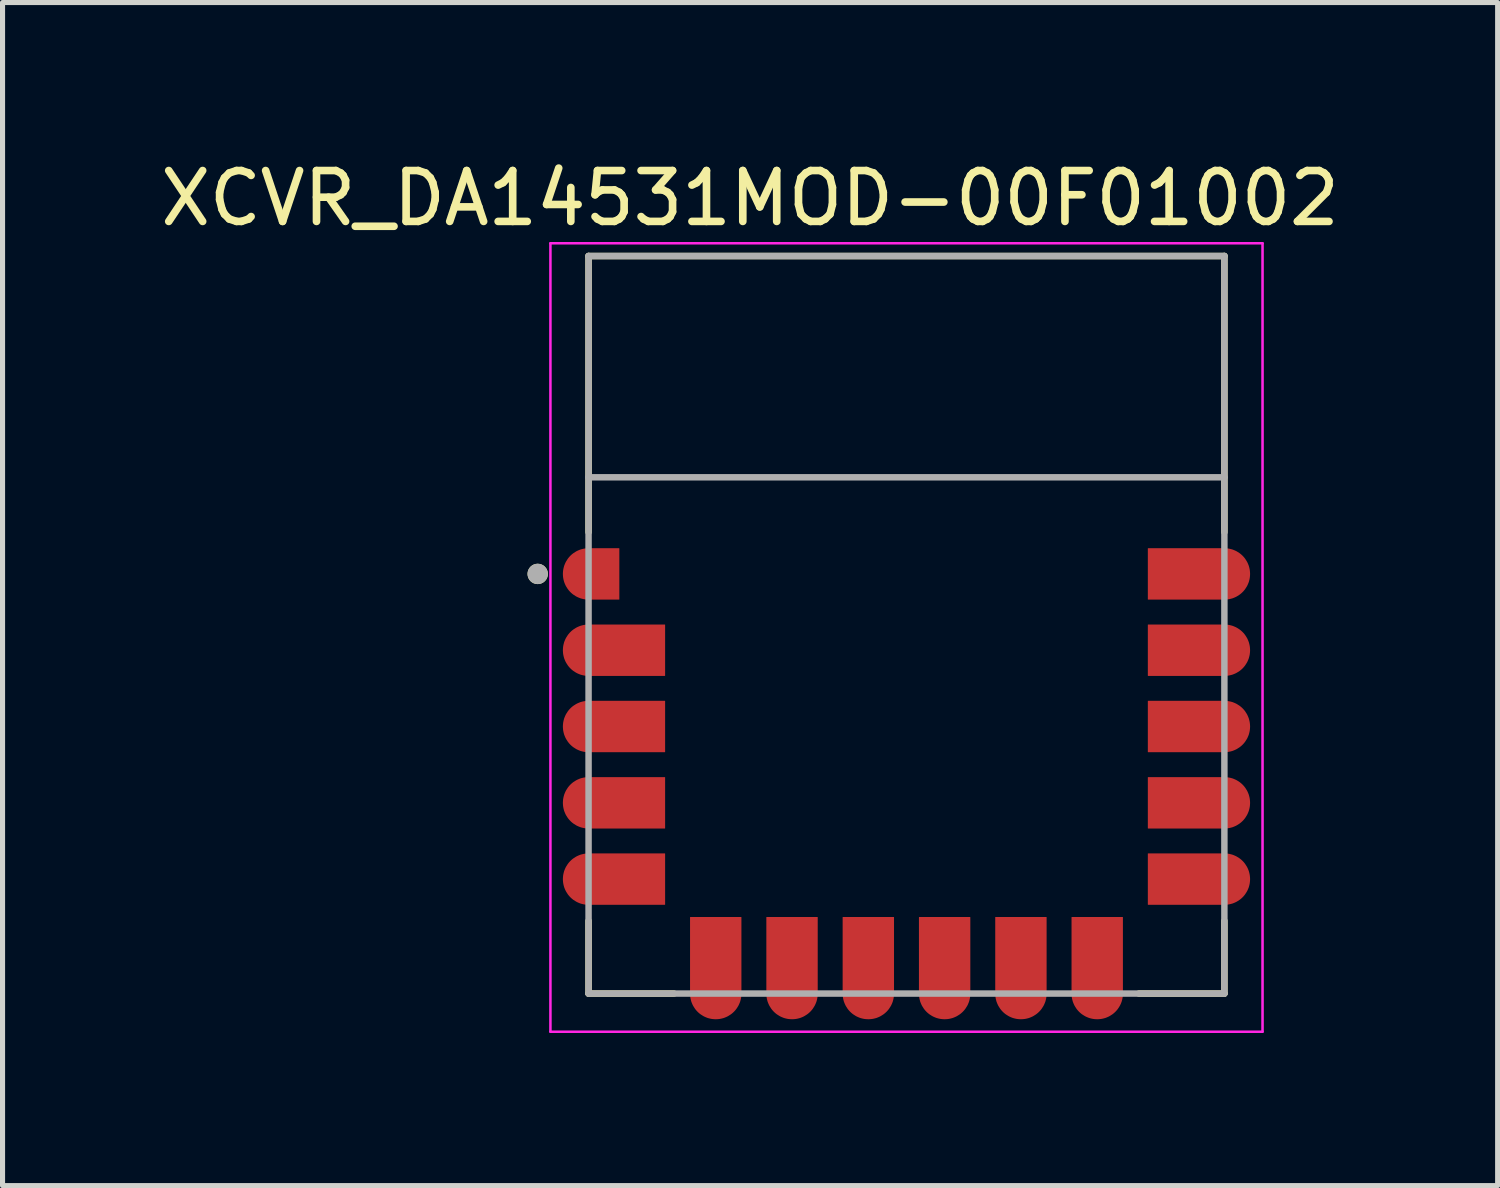
<source format=kicad_pcb>
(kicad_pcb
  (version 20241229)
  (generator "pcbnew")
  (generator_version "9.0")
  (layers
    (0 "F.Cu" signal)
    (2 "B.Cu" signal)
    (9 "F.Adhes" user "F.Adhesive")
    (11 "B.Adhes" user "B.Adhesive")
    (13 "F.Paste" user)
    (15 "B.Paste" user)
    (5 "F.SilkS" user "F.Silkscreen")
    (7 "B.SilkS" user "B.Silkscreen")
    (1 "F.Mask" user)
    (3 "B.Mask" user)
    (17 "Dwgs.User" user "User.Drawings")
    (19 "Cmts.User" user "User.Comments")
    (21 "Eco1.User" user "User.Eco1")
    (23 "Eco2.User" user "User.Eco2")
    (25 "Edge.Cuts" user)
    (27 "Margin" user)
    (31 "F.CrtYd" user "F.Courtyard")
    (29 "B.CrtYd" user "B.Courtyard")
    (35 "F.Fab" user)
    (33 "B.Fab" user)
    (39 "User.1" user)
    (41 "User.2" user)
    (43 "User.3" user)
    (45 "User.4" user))
  (footprint "XCVR_DA14531MOD-00F01002"
    (layer "F.Cu")
    (at 14.771 9.233)
    (property "Reference" "XCVR_DA14531MOD-00F01002" (at -3.075 -8.385 0) (layer "F.SilkS") (effects (font (size 1 1) (thickness 0.15))))
    (attr through_hole)
    (fp_poly (pts (xy -5.55 -0.4) (xy -6.35 -0.4) (xy -6.376 -0.401) (xy -6.402 -0.403) (xy -6.428 -0.406) (xy -6.454 -0.411) (xy -6.479 -0.417) (xy -6.505 -0.424) (xy -6.529 -0.433) (xy -6.553 -0.443) (xy -6.577 -0.454) (xy -6.6 -0.467) (xy -6.622 -0.481) (xy -6.644 -0.495) (xy -6.665 -0.511) (xy -6.685 -0.528) (xy -6.704 -0.546) (xy -6.722 -0.565) (xy -6.739 -0.585) (xy -6.755 -0.606) (xy -6.769 -0.628) (xy -6.783 -0.65) (xy -6.796 -0.673) (xy -6.807 -0.697) (xy -6.817 -0.721) (xy -6.826 -0.745) (xy -6.833 -0.771) (xy -6.839 -0.796) (xy -6.844 -0.822) (xy -6.847 -0.848) (xy -6.849 -0.874) (xy -6.85 -0.9) (xy -6.85 -1.1) (xy -6.849 -1.126) (xy -6.847 -1.152) (xy -6.844 -1.178) (xy -6.839 -1.204) (xy -6.833 -1.229) (xy -6.826 -1.255) (xy -6.817 -1.279) (xy -6.807 -1.303) (xy -6.796 -1.327) (xy -6.783 -1.35) (xy -6.769 -1.372) (xy -6.755 -1.394) (xy -6.739 -1.415) (xy -6.722 -1.435) (xy -6.704 -1.454) (xy -6.685 -1.472) (xy -6.665 -1.489) (xy -6.644 -1.505) (xy -6.622 -1.519) (xy -6.6 -1.533) (xy -6.577 -1.546) (xy -6.553 -1.557) (xy -6.529 -1.567) (xy -6.505 -1.576) (xy -6.479 -1.583) (xy -6.454 -1.589) (xy -6.428 -1.594) (xy -6.402 -1.597) (xy -6.376 -1.599) (xy -6.35 -1.6) (xy -5.55 -1.6) (xy -5.55 -0.4)) (stroke (width 0.01) (type solid)) (fill yes) (layer "F.Mask"))
    (fp_poly (pts (xy -4.65 1.1) (xy -6.35 1.1) (xy -6.376 1.099) (xy -6.402 1.097) (xy -6.428 1.094) (xy -6.454 1.089) (xy -6.479 1.083) (xy -6.505 1.076) (xy -6.529 1.067) (xy -6.553 1.057) (xy -6.577 1.046) (xy -6.6 1.033) (xy -6.622 1.019) (xy -6.644 1.005) (xy -6.665 0.989) (xy -6.685 0.972) (xy -6.704 0.954) (xy -6.722 0.935) (xy -6.739 0.915) (xy -6.755 0.894) (xy -6.769 0.872) (xy -6.783 0.85) (xy -6.796 0.827) (xy -6.807 0.803) (xy -6.817 0.779) (xy -6.826 0.755) (xy -6.833 0.729) (xy -6.839 0.704) (xy -6.844 0.678) (xy -6.847 0.652) (xy -6.849 0.626) (xy -6.85 0.6) (xy -6.85 0.4) (xy -6.849 0.374) (xy -6.847 0.348) (xy -6.844 0.322) (xy -6.839 0.296) (xy -6.833 0.271) (xy -6.826 0.245) (xy -6.817 0.221) (xy -6.807 0.197) (xy -6.796 0.173) (xy -6.783 0.15) (xy -6.769 0.128) (xy -6.755 0.106) (xy -6.739 0.085) (xy -6.722 0.065) (xy -6.704 0.046) (xy -6.685 0.028) (xy -6.665 0.011) (xy -6.644 -0.005) (xy -6.622 -0.019) (xy -6.6 -0.033) (xy -6.577 -0.046) (xy -6.553 -0.057) (xy -6.529 -0.067) (xy -6.505 -0.076) (xy -6.479 -0.083) (xy -6.454 -0.089) (xy -6.428 -0.094) (xy -6.402 -0.097) (xy -6.376 -0.099) (xy -6.35 -0.1) (xy -4.65 -0.1) (xy -4.65 1.1)) (stroke (width 0.01) (type solid)) (fill yes) (layer "F.Mask"))
    (fp_poly (pts (xy -4.65 2.6) (xy -6.35 2.6) (xy -6.376 2.599) (xy -6.402 2.597) (xy -6.428 2.594) (xy -6.454 2.589) (xy -6.479 2.583) (xy -6.505 2.576) (xy -6.529 2.567) (xy -6.553 2.557) (xy -6.577 2.546) (xy -6.6 2.533) (xy -6.622 2.519) (xy -6.644 2.505) (xy -6.665 2.489) (xy -6.685 2.472) (xy -6.704 2.454) (xy -6.722 2.435) (xy -6.739 2.415) (xy -6.755 2.394) (xy -6.769 2.372) (xy -6.783 2.35) (xy -6.796 2.327) (xy -6.807 2.303) (xy -6.817 2.279) (xy -6.826 2.255) (xy -6.833 2.229) (xy -6.839 2.204) (xy -6.844 2.178) (xy -6.847 2.152) (xy -6.849 2.126) (xy -6.85 2.1) (xy -6.85 1.9) (xy -6.849 1.874) (xy -6.847 1.848) (xy -6.844 1.822) (xy -6.839 1.796) (xy -6.833 1.771) (xy -6.826 1.745) (xy -6.817 1.721) (xy -6.807 1.697) (xy -6.796 1.673) (xy -6.783 1.65) (xy -6.769 1.628) (xy -6.755 1.606) (xy -6.739 1.585) (xy -6.722 1.565) (xy -6.704 1.546) (xy -6.685 1.528) (xy -6.665 1.511) (xy -6.644 1.495) (xy -6.622 1.481) (xy -6.6 1.467) (xy -6.577 1.454) (xy -6.553 1.443) (xy -6.529 1.433) (xy -6.505 1.424) (xy -6.479 1.417) (xy -6.454 1.411) (xy -6.428 1.406) (xy -6.402 1.403) (xy -6.376 1.401) (xy -6.35 1.4) (xy -4.65 1.4) (xy -4.65 2.6)) (stroke (width 0.01) (type solid)) (fill yes) (layer "F.Mask"))
    (fp_poly (pts (xy -4.65 4.1) (xy -6.35 4.1) (xy -6.376 4.099) (xy -6.402 4.097) (xy -6.428 4.094) (xy -6.454 4.089) (xy -6.479 4.083) (xy -6.505 4.076) (xy -6.529 4.067) (xy -6.553 4.057) (xy -6.577 4.046) (xy -6.6 4.033) (xy -6.622 4.019) (xy -6.644 4.005) (xy -6.665 3.989) (xy -6.685 3.972) (xy -6.704 3.954) (xy -6.722 3.935) (xy -6.739 3.915) (xy -6.755 3.894) (xy -6.769 3.872) (xy -6.783 3.85) (xy -6.796 3.827) (xy -6.807 3.803) (xy -6.817 3.779) (xy -6.826 3.755) (xy -6.833 3.729) (xy -6.839 3.704) (xy -6.844 3.678) (xy -6.847 3.652) (xy -6.849 3.626) (xy -6.85 3.6) (xy -6.85 3.4) (xy -6.849 3.374) (xy -6.847 3.348) (xy -6.844 3.322) (xy -6.839 3.296) (xy -6.833 3.271) (xy -6.826 3.245) (xy -6.817 3.221) (xy -6.807 3.197) (xy -6.796 3.173) (xy -6.783 3.15) (xy -6.769 3.128) (xy -6.755 3.106) (xy -6.739 3.085) (xy -6.722 3.065) (xy -6.704 3.046) (xy -6.685 3.028) (xy -6.665 3.011) (xy -6.644 2.995) (xy -6.622 2.981) (xy -6.6 2.967) (xy -6.577 2.954) (xy -6.553 2.943) (xy -6.529 2.933) (xy -6.505 2.924) (xy -6.479 2.917) (xy -6.454 2.911) (xy -6.428 2.906) (xy -6.402 2.903) (xy -6.376 2.901) (xy -6.35 2.9) (xy -4.65 2.9) (xy -4.65 4.1)) (stroke (width 0.01) (type solid)) (fill yes) (layer "F.Mask"))
    (fp_poly (pts (xy -4.65 5.6) (xy -6.35 5.6) (xy -6.376 5.599) (xy -6.402 5.597) (xy -6.428 5.594) (xy -6.454 5.589) (xy -6.479 5.583) (xy -6.505 5.576) (xy -6.529 5.567) (xy -6.553 5.557) (xy -6.577 5.546) (xy -6.6 5.533) (xy -6.622 5.519) (xy -6.644 5.505) (xy -6.665 5.489) (xy -6.685 5.472) (xy -6.704 5.454) (xy -6.722 5.435) (xy -6.739 5.415) (xy -6.755 5.394) (xy -6.769 5.372) (xy -6.783 5.35) (xy -6.796 5.327) (xy -6.807 5.303) (xy -6.817 5.279) (xy -6.826 5.255) (xy -6.833 5.229) (xy -6.839 5.204) (xy -6.844 5.178) (xy -6.847 5.152) (xy -6.849 5.126) (xy -6.85 5.1) (xy -6.85 4.9) (xy -6.849 4.874) (xy -6.847 4.848) (xy -6.844 4.822) (xy -6.839 4.796) (xy -6.833 4.771) (xy -6.826 4.745) (xy -6.817 4.721) (xy -6.807 4.697) (xy -6.796 4.673) (xy -6.783 4.65) (xy -6.769 4.628) (xy -6.755 4.606) (xy -6.739 4.585) (xy -6.722 4.565) (xy -6.704 4.546) (xy -6.685 4.528) (xy -6.665 4.511) (xy -6.644 4.495) (xy -6.622 4.481) (xy -6.6 4.467) (xy -6.577 4.454) (xy -6.553 4.443) (xy -6.529 4.433) (xy -6.505 4.424) (xy -6.479 4.417) (xy -6.454 4.411) (xy -6.428 4.406) (xy -6.402 4.403) (xy -6.376 4.401) (xy -6.35 4.4) (xy -4.65 4.4) (xy -4.65 5.6)) (stroke (width 0.01) (type solid)) (fill yes) (layer "F.Mask"))
    (fp_poly (pts (xy -4.35 5.65) (xy -4.35 7.35) (xy -4.349 7.376) (xy -4.347 7.402) (xy -4.344 7.428) (xy -4.339 7.454) (xy -4.333 7.479) (xy -4.326 7.505) (xy -4.317 7.529) (xy -4.307 7.553) (xy -4.296 7.577) (xy -4.283 7.6) (xy -4.269 7.622) (xy -4.255 7.644) (xy -4.239 7.665) (xy -4.222 7.685) (xy -4.204 7.704) (xy -4.185 7.722) (xy -4.165 7.739) (xy -4.144 7.755) (xy -4.122 7.769) (xy -4.1 7.783) (xy -4.077 7.796) (xy -4.053 7.807) (xy -4.029 7.817) (xy -4.005 7.826) (xy -3.979 7.833) (xy -3.954 7.839) (xy -3.928 7.844) (xy -3.902 7.847) (xy -3.876 7.849) (xy -3.85 7.85) (xy -3.65 7.85) (xy -3.624 7.849) (xy -3.598 7.847) (xy -3.572 7.844) (xy -3.546 7.839) (xy -3.521 7.833) (xy -3.495 7.826) (xy -3.471 7.817) (xy -3.447 7.807) (xy -3.423 7.796) (xy -3.4 7.783) (xy -3.378 7.769) (xy -3.356 7.755) (xy -3.335 7.739) (xy -3.315 7.722) (xy -3.296 7.704) (xy -3.278 7.685) (xy -3.261 7.665) (xy -3.245 7.644) (xy -3.231 7.622) (xy -3.217 7.6) (xy -3.204 7.577) (xy -3.193 7.553) (xy -3.183 7.529) (xy -3.174 7.505) (xy -3.167 7.479) (xy -3.161 7.454) (xy -3.156 7.428) (xy -3.153 7.402) (xy -3.151 7.376) (xy -3.15 7.35) (xy -3.15 5.65) (xy -4.35 5.65)) (stroke (width 0.01) (type solid)) (fill yes) (layer "F.Mask"))
    (fp_poly (pts (xy -2.85 5.65) (xy -2.85 7.35) (xy -2.849 7.376) (xy -2.847 7.402) (xy -2.844 7.428) (xy -2.839 7.454) (xy -2.833 7.479) (xy -2.826 7.505) (xy -2.817 7.529) (xy -2.807 7.553) (xy -2.796 7.577) (xy -2.783 7.6) (xy -2.769 7.622) (xy -2.755 7.644) (xy -2.739 7.665) (xy -2.722 7.685) (xy -2.704 7.704) (xy -2.685 7.722) (xy -2.665 7.739) (xy -2.644 7.755) (xy -2.622 7.769) (xy -2.6 7.783) (xy -2.577 7.796) (xy -2.553 7.807) (xy -2.529 7.817) (xy -2.505 7.826) (xy -2.479 7.833) (xy -2.454 7.839) (xy -2.428 7.844) (xy -2.402 7.847) (xy -2.376 7.849) (xy -2.35 7.85) (xy -2.15 7.85) (xy -2.124 7.849) (xy -2.098 7.847) (xy -2.072 7.844) (xy -2.046 7.839) (xy -2.021 7.833) (xy -1.995 7.826) (xy -1.971 7.817) (xy -1.947 7.807) (xy -1.923 7.796) (xy -1.9 7.783) (xy -1.878 7.769) (xy -1.856 7.755) (xy -1.835 7.739) (xy -1.815 7.722) (xy -1.796 7.704) (xy -1.778 7.685) (xy -1.761 7.665) (xy -1.745 7.644) (xy -1.731 7.622) (xy -1.717 7.6) (xy -1.704 7.577) (xy -1.693 7.553) (xy -1.683 7.529) (xy -1.674 7.505) (xy -1.667 7.479) (xy -1.661 7.454) (xy -1.656 7.428) (xy -1.653 7.402) (xy -1.651 7.376) (xy -1.65 7.35) (xy -1.65 5.65) (xy -2.85 5.65)) (stroke (width 0.01) (type solid)) (fill yes) (layer "F.Mask"))
    (fp_poly (pts (xy -1.35 5.65) (xy -1.35 7.35) (xy -1.349 7.376) (xy -1.347 7.402) (xy -1.344 7.428) (xy -1.339 7.454) (xy -1.333 7.479) (xy -1.326 7.505) (xy -1.317 7.529) (xy -1.307 7.553) (xy -1.296 7.577) (xy -1.283 7.6) (xy -1.269 7.622) (xy -1.255 7.644) (xy -1.239 7.665) (xy -1.222 7.685) (xy -1.204 7.704) (xy -1.185 7.722) (xy -1.165 7.739) (xy -1.144 7.755) (xy -1.122 7.769) (xy -1.1 7.783) (xy -1.077 7.796) (xy -1.053 7.807) (xy -1.029 7.817) (xy -1.005 7.826) (xy -0.979 7.833) (xy -0.954 7.839) (xy -0.928 7.844) (xy -0.902 7.847) (xy -0.876 7.849) (xy -0.85 7.85) (xy -0.65 7.85) (xy -0.624 7.849) (xy -0.598 7.847) (xy -0.572 7.844) (xy -0.546 7.839) (xy -0.521 7.833) (xy -0.495 7.826) (xy -0.471 7.817) (xy -0.447 7.807) (xy -0.423 7.796) (xy -0.4 7.783) (xy -0.378 7.769) (xy -0.356 7.755) (xy -0.335 7.739) (xy -0.315 7.722) (xy -0.296 7.704) (xy -0.278 7.685) (xy -0.261 7.665) (xy -0.245 7.644) (xy -0.231 7.622) (xy -0.217 7.6) (xy -0.204 7.577) (xy -0.193 7.553) (xy -0.183 7.529) (xy -0.174 7.505) (xy -0.167 7.479) (xy -0.161 7.454) (xy -0.156 7.428) (xy -0.153 7.402) (xy -0.151 7.376) (xy -0.15 7.35) (xy -0.15 5.65) (xy -1.35 5.65)) (stroke (width 0.01) (type solid)) (fill yes) (layer "F.Mask"))
    (fp_poly (pts (xy 0.15 5.65) (xy 0.15 7.35) (xy 0.151 7.376) (xy 0.153 7.402) (xy 0.156 7.428) (xy 0.161 7.454) (xy 0.167 7.479) (xy 0.174 7.505) (xy 0.183 7.529) (xy 0.193 7.553) (xy 0.204 7.577) (xy 0.217 7.6) (xy 0.231 7.622) (xy 0.245 7.644) (xy 0.261 7.665) (xy 0.278 7.685) (xy 0.296 7.704) (xy 0.315 7.722) (xy 0.335 7.739) (xy 0.356 7.755) (xy 0.378 7.769) (xy 0.4 7.783) (xy 0.423 7.796) (xy 0.447 7.807) (xy 0.471 7.817) (xy 0.495 7.826) (xy 0.521 7.833) (xy 0.546 7.839) (xy 0.572 7.844) (xy 0.598 7.847) (xy 0.624 7.849) (xy 0.65 7.85) (xy 0.85 7.85) (xy 0.876 7.849) (xy 0.902 7.847) (xy 0.928 7.844) (xy 0.954 7.839) (xy 0.979 7.833) (xy 1.005 7.826) (xy 1.029 7.817) (xy 1.053 7.807) (xy 1.077 7.796) (xy 1.1 7.783) (xy 1.122 7.769) (xy 1.144 7.755) (xy 1.165 7.739) (xy 1.185 7.722) (xy 1.204 7.704) (xy 1.222 7.685) (xy 1.239 7.665) (xy 1.255 7.644) (xy 1.269 7.622) (xy 1.283 7.6) (xy 1.296 7.577) (xy 1.307 7.553) (xy 1.317 7.529) (xy 1.326 7.505) (xy 1.333 7.479) (xy 1.339 7.454) (xy 1.344 7.428) (xy 1.347 7.402) (xy 1.349 7.376) (xy 1.35 7.35) (xy 1.35 5.65) (xy 0.15 5.65)) (stroke (width 0.01) (type solid)) (fill yes) (layer "F.Mask"))
    (fp_poly (pts (xy 1.65 5.65) (xy 1.65 7.35) (xy 1.651 7.376) (xy 1.653 7.402) (xy 1.656 7.428) (xy 1.661 7.454) (xy 1.667 7.479) (xy 1.674 7.505) (xy 1.683 7.529) (xy 1.693 7.553) (xy 1.704 7.577) (xy 1.717 7.6) (xy 1.731 7.622) (xy 1.745 7.644) (xy 1.761 7.665) (xy 1.778 7.685) (xy 1.796 7.704) (xy 1.815 7.722) (xy 1.835 7.739) (xy 1.856 7.755) (xy 1.878 7.769) (xy 1.9 7.783) (xy 1.923 7.796) (xy 1.947 7.807) (xy 1.971 7.817) (xy 1.995 7.826) (xy 2.021 7.833) (xy 2.046 7.839) (xy 2.072 7.844) (xy 2.098 7.847) (xy 2.124 7.849) (xy 2.15 7.85) (xy 2.35 7.85) (xy 2.376 7.849) (xy 2.402 7.847) (xy 2.428 7.844) (xy 2.454 7.839) (xy 2.479 7.833) (xy 2.505 7.826) (xy 2.529 7.817) (xy 2.553 7.807) (xy 2.577 7.796) (xy 2.6 7.783) (xy 2.622 7.769) (xy 2.644 7.755) (xy 2.665 7.739) (xy 2.685 7.722) (xy 2.704 7.704) (xy 2.722 7.685) (xy 2.739 7.665) (xy 2.755 7.644) (xy 2.769 7.622) (xy 2.783 7.6) (xy 2.796 7.577) (xy 2.807 7.553) (xy 2.817 7.529) (xy 2.826 7.505) (xy 2.833 7.479) (xy 2.839 7.454) (xy 2.844 7.428) (xy 2.847 7.402) (xy 2.849 7.376) (xy 2.85 7.35) (xy 2.85 5.65) (xy 1.65 5.65)) (stroke (width 0.01) (type solid)) (fill yes) (layer "F.Mask"))
    (fp_poly (pts (xy 3.15 5.65) (xy 3.15 7.35) (xy 3.151 7.376) (xy 3.153 7.402) (xy 3.156 7.428) (xy 3.161 7.454) (xy 3.167 7.479) (xy 3.174 7.505) (xy 3.183 7.529) (xy 3.193 7.553) (xy 3.204 7.577) (xy 3.217 7.6) (xy 3.231 7.622) (xy 3.245 7.644) (xy 3.261 7.665) (xy 3.278 7.685) (xy 3.296 7.704) (xy 3.315 7.722) (xy 3.335 7.739) (xy 3.356 7.755) (xy 3.378 7.769) (xy 3.4 7.783) (xy 3.423 7.796) (xy 3.447 7.807) (xy 3.471 7.817) (xy 3.495 7.826) (xy 3.521 7.833) (xy 3.546 7.839) (xy 3.572 7.844) (xy 3.598 7.847) (xy 3.624 7.849) (xy 3.65 7.85) (xy 3.85 7.85) (xy 3.876 7.849) (xy 3.902 7.847) (xy 3.928 7.844) (xy 3.954 7.839) (xy 3.979 7.833) (xy 4.005 7.826) (xy 4.029 7.817) (xy 4.053 7.807) (xy 4.077 7.796) (xy 4.1 7.783) (xy 4.122 7.769) (xy 4.144 7.755) (xy 4.165 7.739) (xy 4.185 7.722) (xy 4.204 7.704) (xy 4.222 7.685) (xy 4.239 7.665) (xy 4.255 7.644) (xy 4.269 7.622) (xy 4.283 7.6) (xy 4.296 7.577) (xy 4.307 7.553) (xy 4.317 7.529) (xy 4.326 7.505) (xy 4.333 7.479) (xy 4.339 7.454) (xy 4.344 7.428) (xy 4.347 7.402) (xy 4.349 7.376) (xy 4.35 7.35) (xy 4.35 5.65) (xy 3.15 5.65)) (stroke (width 0.01) (type solid)) (fill yes) (layer "F.Mask"))
    (fp_poly (pts (xy 4.65 -0.4) (xy 6.35 -0.4) (xy 6.376 -0.401) (xy 6.402 -0.403) (xy 6.428 -0.406) (xy 6.454 -0.411) (xy 6.479 -0.417) (xy 6.505 -0.424) (xy 6.529 -0.433) (xy 6.553 -0.443) (xy 6.577 -0.454) (xy 6.6 -0.467) (xy 6.622 -0.481) (xy 6.644 -0.495) (xy 6.665 -0.511) (xy 6.685 -0.528) (xy 6.704 -0.546) (xy 6.722 -0.565) (xy 6.739 -0.585) (xy 6.755 -0.606) (xy 6.769 -0.628) (xy 6.783 -0.65) (xy 6.796 -0.673) (xy 6.807 -0.697) (xy 6.817 -0.721) (xy 6.826 -0.745) (xy 6.833 -0.771) (xy 6.839 -0.796) (xy 6.844 -0.822) (xy 6.847 -0.848) (xy 6.849 -0.874) (xy 6.85 -0.9) (xy 6.85 -1.1) (xy 6.849 -1.126) (xy 6.847 -1.152) (xy 6.844 -1.178) (xy 6.839 -1.204) (xy 6.833 -1.229) (xy 6.826 -1.255) (xy 6.817 -1.279) (xy 6.807 -1.303) (xy 6.796 -1.327) (xy 6.783 -1.35) (xy 6.769 -1.372) (xy 6.755 -1.394) (xy 6.739 -1.415) (xy 6.722 -1.435) (xy 6.704 -1.454) (xy 6.685 -1.472) (xy 6.665 -1.489) (xy 6.644 -1.505) (xy 6.622 -1.519) (xy 6.6 -1.533) (xy 6.577 -1.546) (xy 6.553 -1.557) (xy 6.529 -1.567) (xy 6.505 -1.576) (xy 6.479 -1.583) (xy 6.454 -1.589) (xy 6.428 -1.594) (xy 6.402 -1.597) (xy 6.376 -1.599) (xy 6.35 -1.6) (xy 4.65 -1.6) (xy 4.65 -0.4)) (stroke (width 0.01) (type solid)) (fill yes) (layer "F.Mask"))
    (fp_poly (pts (xy 4.65 1.1) (xy 6.35 1.1) (xy 6.376 1.099) (xy 6.402 1.097) (xy 6.428 1.094) (xy 6.454 1.089) (xy 6.479 1.083) (xy 6.505 1.076) (xy 6.529 1.067) (xy 6.553 1.057) (xy 6.577 1.046) (xy 6.6 1.033) (xy 6.622 1.019) (xy 6.644 1.005) (xy 6.665 0.989) (xy 6.685 0.972) (xy 6.704 0.954) (xy 6.722 0.935) (xy 6.739 0.915) (xy 6.755 0.894) (xy 6.769 0.872) (xy 6.783 0.85) (xy 6.796 0.827) (xy 6.807 0.803) (xy 6.817 0.779) (xy 6.826 0.755) (xy 6.833 0.729) (xy 6.839 0.704) (xy 6.844 0.678) (xy 6.847 0.652) (xy 6.849 0.626) (xy 6.85 0.6) (xy 6.85 0.4) (xy 6.849 0.374) (xy 6.847 0.348) (xy 6.844 0.322) (xy 6.839 0.296) (xy 6.833 0.271) (xy 6.826 0.245) (xy 6.817 0.221) (xy 6.807 0.197) (xy 6.796 0.173) (xy 6.783 0.15) (xy 6.769 0.128) (xy 6.755 0.106) (xy 6.739 0.085) (xy 6.722 0.065) (xy 6.704 0.046) (xy 6.685 0.028) (xy 6.665 0.011) (xy 6.644 -0.005) (xy 6.622 -0.019) (xy 6.6 -0.033) (xy 6.577 -0.046) (xy 6.553 -0.057) (xy 6.529 -0.067) (xy 6.505 -0.076) (xy 6.479 -0.083) (xy 6.454 -0.089) (xy 6.428 -0.094) (xy 6.402 -0.097) (xy 6.376 -0.099) (xy 6.35 -0.1) (xy 4.65 -0.1) (xy 4.65 1.1)) (stroke (width 0.01) (type solid)) (fill yes) (layer "F.Mask"))
    (fp_poly (pts (xy 4.65 2.6) (xy 6.35 2.6) (xy 6.376 2.599) (xy 6.402 2.597) (xy 6.428 2.594) (xy 6.454 2.589) (xy 6.479 2.583) (xy 6.505 2.576) (xy 6.529 2.567) (xy 6.553 2.557) (xy 6.577 2.546) (xy 6.6 2.533) (xy 6.622 2.519) (xy 6.644 2.505) (xy 6.665 2.489) (xy 6.685 2.472) (xy 6.704 2.454) (xy 6.722 2.435) (xy 6.739 2.415) (xy 6.755 2.394) (xy 6.769 2.372) (xy 6.783 2.35) (xy 6.796 2.327) (xy 6.807 2.303) (xy 6.817 2.279) (xy 6.826 2.255) (xy 6.833 2.229) (xy 6.839 2.204) (xy 6.844 2.178) (xy 6.847 2.152) (xy 6.849 2.126) (xy 6.85 2.1) (xy 6.85 1.9) (xy 6.849 1.874) (xy 6.847 1.848) (xy 6.844 1.822) (xy 6.839 1.796) (xy 6.833 1.771) (xy 6.826 1.745) (xy 6.817 1.721) (xy 6.807 1.697) (xy 6.796 1.673) (xy 6.783 1.65) (xy 6.769 1.628) (xy 6.755 1.606) (xy 6.739 1.585) (xy 6.722 1.565) (xy 6.704 1.546) (xy 6.685 1.528) (xy 6.665 1.511) (xy 6.644 1.495) (xy 6.622 1.481) (xy 6.6 1.467) (xy 6.577 1.454) (xy 6.553 1.443) (xy 6.529 1.433) (xy 6.505 1.424) (xy 6.479 1.417) (xy 6.454 1.411) (xy 6.428 1.406) (xy 6.402 1.403) (xy 6.376 1.401) (xy 6.35 1.4) (xy 4.65 1.4) (xy 4.65 2.6)) (stroke (width 0.01) (type solid)) (fill yes) (layer "F.Mask"))
    (fp_poly (pts (xy 4.65 4.1) (xy 6.35 4.1) (xy 6.376 4.099) (xy 6.402 4.097) (xy 6.428 4.094) (xy 6.454 4.089) (xy 6.479 4.083) (xy 6.505 4.076) (xy 6.529 4.067) (xy 6.553 4.057) (xy 6.577 4.046) (xy 6.6 4.033) (xy 6.622 4.019) (xy 6.644 4.005) (xy 6.665 3.989) (xy 6.685 3.972) (xy 6.704 3.954) (xy 6.722 3.935) (xy 6.739 3.915) (xy 6.755 3.894) (xy 6.769 3.872) (xy 6.783 3.85) (xy 6.796 3.827) (xy 6.807 3.803) (xy 6.817 3.779) (xy 6.826 3.755) (xy 6.833 3.729) (xy 6.839 3.704) (xy 6.844 3.678) (xy 6.847 3.652) (xy 6.849 3.626) (xy 6.85 3.6) (xy 6.85 3.4) (xy 6.849 3.374) (xy 6.847 3.348) (xy 6.844 3.322) (xy 6.839 3.296) (xy 6.833 3.271) (xy 6.826 3.245) (xy 6.817 3.221) (xy 6.807 3.197) (xy 6.796 3.173) (xy 6.783 3.15) (xy 6.769 3.128) (xy 6.755 3.106) (xy 6.739 3.085) (xy 6.722 3.065) (xy 6.704 3.046) (xy 6.685 3.028) (xy 6.665 3.011) (xy 6.644 2.995) (xy 6.622 2.981) (xy 6.6 2.967) (xy 6.577 2.954) (xy 6.553 2.943) (xy 6.529 2.933) (xy 6.505 2.924) (xy 6.479 2.917) (xy 6.454 2.911) (xy 6.428 2.906) (xy 6.402 2.903) (xy 6.376 2.901) (xy 6.35 2.9) (xy 4.65 2.9) (xy 4.65 4.1)) (stroke (width 0.01) (type solid)) (fill yes) (layer "F.Mask"))
    (fp_poly (pts (xy 4.65 5.6) (xy 6.35 5.6) (xy 6.376 5.599) (xy 6.402 5.597) (xy 6.428 5.594) (xy 6.454 5.589) (xy 6.479 5.583) (xy 6.505 5.576) (xy 6.529 5.567) (xy 6.553 5.557) (xy 6.577 5.546) (xy 6.6 5.533) (xy 6.622 5.519) (xy 6.644 5.505) (xy 6.665 5.489) (xy 6.685 5.472) (xy 6.704 5.454) (xy 6.722 5.435) (xy 6.739 5.415) (xy 6.755 5.394) (xy 6.769 5.372) (xy 6.783 5.35) (xy 6.796 5.327) (xy 6.807 5.303) (xy 6.817 5.279) (xy 6.826 5.255) (xy 6.833 5.229) (xy 6.839 5.204) (xy 6.844 5.178) (xy 6.847 5.152) (xy 6.849 5.126) (xy 6.85 5.1) (xy 6.85 4.9) (xy 6.849 4.874) (xy 6.847 4.848) (xy 6.844 4.822) (xy 6.839 4.796) (xy 6.833 4.771) (xy 6.826 4.745) (xy 6.817 4.721) (xy 6.807 4.697) (xy 6.796 4.673) (xy 6.783 4.65) (xy 6.769 4.628) (xy 6.755 4.606) (xy 6.739 4.585) (xy 6.722 4.565) (xy 6.704 4.546) (xy 6.685 4.528) (xy 6.665 4.511) (xy 6.644 4.495) (xy 6.622 4.481) (xy 6.6 4.467) (xy 6.577 4.454) (xy 6.553 4.443) (xy 6.529 4.433) (xy 6.505 4.424) (xy 6.479 4.417) (xy 6.454 4.411) (xy 6.428 4.406) (xy 6.402 4.403) (xy 6.376 4.401) (xy 6.35 4.4) (xy 4.65 4.4) (xy 4.65 5.6)) (stroke (width 0.01) (type solid)) (fill yes) (layer "F.Mask"))
    (fp_line (start -6.25 -7.25) (end 6.25 -7.25) (stroke (width 0.127) (type solid)) (layer "F.SilkS"))
    (fp_line (start -6.25 -1.82) (end -6.25 -7.25) (stroke (width 0.127) (type solid)) (layer "F.SilkS"))
    (fp_line (start -6.25 7.25) (end -6.25 5.82) (stroke (width 0.127) (type solid)) (layer "F.SilkS"))
    (fp_line (start -4.57 7.25) (end -6.25 7.25) (stroke (width 0.127) (type solid)) (layer "F.SilkS"))
    (fp_line (start 6.25 -7.25) (end 6.25 -1.82) (stroke (width 0.127) (type solid)) (layer "F.SilkS"))
    (fp_line (start 6.25 5.82) (end 6.25 7.25) (stroke (width 0.127) (type solid)) (layer "F.SilkS"))
    (fp_line (start 6.25 7.25) (end 4.57 7.25) (stroke (width 0.127) (type solid)) (layer "F.SilkS"))
    (fp_circle (center -7.25 -1) (end -7.15 -1) (stroke (width 0.2) (type solid)) (fill no) (layer "F.SilkS"))
    (fp_poly (pts (xy -5.65 -1.5) (xy -6.25 -1.5) (xy -6.276 -1.499) (xy -6.302 -1.497) (xy -6.328 -1.494) (xy -6.354 -1.489) (xy -6.379 -1.483) (xy -6.405 -1.476) (xy -6.429 -1.467) (xy -6.453 -1.457) (xy -6.477 -1.446) (xy -6.5 -1.433) (xy -6.522 -1.419) (xy -6.544 -1.405) (xy -6.565 -1.389) (xy -6.585 -1.372) (xy -6.604 -1.354) (xy -6.622 -1.335) (xy -6.639 -1.315) (xy -6.655 -1.294) (xy -6.669 -1.272) (xy -6.683 -1.25) (xy -6.696 -1.227) (xy -6.707 -1.203) (xy -6.717 -1.179) (xy -6.726 -1.155) (xy -6.733 -1.129) (xy -6.739 -1.104) (xy -6.744 -1.078) (xy -6.747 -1.052) (xy -6.749 -1.026) (xy -6.75 -1) (xy -6.749 -0.974) (xy -6.747 -0.948) (xy -6.744 -0.922) (xy -6.739 -0.896) (xy -6.733 -0.871) (xy -6.726 -0.845) (xy -6.717 -0.821) (xy -6.707 -0.797) (xy -6.696 -0.773) (xy -6.683 -0.75) (xy -6.669 -0.728) (xy -6.655 -0.706) (xy -6.639 -0.685) (xy -6.622 -0.665) (xy -6.604 -0.646) (xy -6.585 -0.628) (xy -6.565 -0.611) (xy -6.544 -0.595) (xy -6.522 -0.581) (xy -6.5 -0.567) (xy -6.477 -0.554) (xy -6.453 -0.543) (xy -6.429 -0.533) (xy -6.405 -0.524) (xy -6.379 -0.517) (xy -6.354 -0.511) (xy -6.328 -0.506) (xy -6.302 -0.503) (xy -6.276 -0.501) (xy -6.25 -0.5) (xy -5.65 -0.5) (xy -5.65 -1.5)) (stroke (width 0.01) (type solid)) (fill yes) (layer "F.Paste"))
    (fp_poly (pts (xy -4.75 0) (xy -6.25 0) (xy -6.276 0.001) (xy -6.302 0.003) (xy -6.328 0.006) (xy -6.354 0.011) (xy -6.379 0.017) (xy -6.405 0.024) (xy -6.429 0.033) (xy -6.453 0.043) (xy -6.477 0.054) (xy -6.5 0.067) (xy -6.522 0.081) (xy -6.544 0.095) (xy -6.565 0.111) (xy -6.585 0.128) (xy -6.604 0.146) (xy -6.622 0.165) (xy -6.639 0.185) (xy -6.655 0.206) (xy -6.669 0.228) (xy -6.683 0.25) (xy -6.696 0.273) (xy -6.707 0.297) (xy -6.717 0.321) (xy -6.726 0.345) (xy -6.733 0.371) (xy -6.739 0.396) (xy -6.744 0.422) (xy -6.747 0.448) (xy -6.749 0.474) (xy -6.75 0.5) (xy -6.749 0.526) (xy -6.747 0.552) (xy -6.744 0.578) (xy -6.739 0.604) (xy -6.733 0.629) (xy -6.726 0.655) (xy -6.717 0.679) (xy -6.707 0.703) (xy -6.696 0.727) (xy -6.683 0.75) (xy -6.669 0.772) (xy -6.655 0.794) (xy -6.639 0.815) (xy -6.622 0.835) (xy -6.604 0.854) (xy -6.585 0.872) (xy -6.565 0.889) (xy -6.544 0.905) (xy -6.522 0.919) (xy -6.5 0.933) (xy -6.477 0.946) (xy -6.453 0.957) (xy -6.429 0.967) (xy -6.405 0.976) (xy -6.379 0.983) (xy -6.354 0.989) (xy -6.328 0.994) (xy -6.302 0.997) (xy -6.276 0.999) (xy -6.25 1) (xy -4.75 1) (xy -4.75 0)) (stroke (width 0.01) (type solid)) (fill yes) (layer "F.Paste"))
    (fp_poly (pts (xy -4.75 1.5) (xy -6.25 1.5) (xy -6.276 1.501) (xy -6.302 1.503) (xy -6.328 1.506) (xy -6.354 1.511) (xy -6.379 1.517) (xy -6.405 1.524) (xy -6.429 1.533) (xy -6.453 1.543) (xy -6.477 1.554) (xy -6.5 1.567) (xy -6.522 1.581) (xy -6.544 1.595) (xy -6.565 1.611) (xy -6.585 1.628) (xy -6.604 1.646) (xy -6.622 1.665) (xy -6.639 1.685) (xy -6.655 1.706) (xy -6.669 1.728) (xy -6.683 1.75) (xy -6.696 1.773) (xy -6.707 1.797) (xy -6.717 1.821) (xy -6.726 1.845) (xy -6.733 1.871) (xy -6.739 1.896) (xy -6.744 1.922) (xy -6.747 1.948) (xy -6.749 1.974) (xy -6.75 2) (xy -6.749 2.026) (xy -6.747 2.052) (xy -6.744 2.078) (xy -6.739 2.104) (xy -6.733 2.129) (xy -6.726 2.155) (xy -6.717 2.179) (xy -6.707 2.203) (xy -6.696 2.227) (xy -6.683 2.25) (xy -6.669 2.272) (xy -6.655 2.294) (xy -6.639 2.315) (xy -6.622 2.335) (xy -6.604 2.354) (xy -6.585 2.372) (xy -6.565 2.389) (xy -6.544 2.405) (xy -6.522 2.419) (xy -6.5 2.433) (xy -6.477 2.446) (xy -6.453 2.457) (xy -6.429 2.467) (xy -6.405 2.476) (xy -6.379 2.483) (xy -6.354 2.489) (xy -6.328 2.494) (xy -6.302 2.497) (xy -6.276 2.499) (xy -6.25 2.5) (xy -4.75 2.5) (xy -4.75 1.5)) (stroke (width 0.01) (type solid)) (fill yes) (layer "F.Paste"))
    (fp_poly (pts (xy -4.75 3) (xy -6.25 3) (xy -6.276 3.001) (xy -6.302 3.003) (xy -6.328 3.006) (xy -6.354 3.011) (xy -6.379 3.017) (xy -6.405 3.024) (xy -6.429 3.033) (xy -6.453 3.043) (xy -6.477 3.054) (xy -6.5 3.067) (xy -6.522 3.081) (xy -6.544 3.095) (xy -6.565 3.111) (xy -6.585 3.128) (xy -6.604 3.146) (xy -6.622 3.165) (xy -6.639 3.185) (xy -6.655 3.206) (xy -6.669 3.228) (xy -6.683 3.25) (xy -6.696 3.273) (xy -6.707 3.297) (xy -6.717 3.321) (xy -6.726 3.345) (xy -6.733 3.371) (xy -6.739 3.396) (xy -6.744 3.422) (xy -6.747 3.448) (xy -6.749 3.474) (xy -6.75 3.5) (xy -6.749 3.526) (xy -6.747 3.552) (xy -6.744 3.578) (xy -6.739 3.604) (xy -6.733 3.629) (xy -6.726 3.655) (xy -6.717 3.679) (xy -6.707 3.703) (xy -6.696 3.727) (xy -6.683 3.75) (xy -6.669 3.772) (xy -6.655 3.794) (xy -6.639 3.815) (xy -6.622 3.835) (xy -6.604 3.854) (xy -6.585 3.872) (xy -6.565 3.889) (xy -6.544 3.905) (xy -6.522 3.919) (xy -6.5 3.933) (xy -6.477 3.946) (xy -6.453 3.957) (xy -6.429 3.967) (xy -6.405 3.976) (xy -6.379 3.983) (xy -6.354 3.989) (xy -6.328 3.994) (xy -6.302 3.997) (xy -6.276 3.999) (xy -6.25 4) (xy -4.75 4) (xy -4.75 3)) (stroke (width 0.01) (type solid)) (fill yes) (layer "F.Paste"))
    (fp_poly (pts (xy -4.75 4.5) (xy -6.25 4.5) (xy -6.276 4.501) (xy -6.302 4.503) (xy -6.328 4.506) (xy -6.354 4.511) (xy -6.379 4.517) (xy -6.405 4.524) (xy -6.429 4.533) (xy -6.453 4.543) (xy -6.477 4.554) (xy -6.5 4.567) (xy -6.522 4.581) (xy -6.544 4.595) (xy -6.565 4.611) (xy -6.585 4.628) (xy -6.604 4.646) (xy -6.622 4.665) (xy -6.639 4.685) (xy -6.655 4.706) (xy -6.669 4.728) (xy -6.683 4.75) (xy -6.696 4.773) (xy -6.707 4.797) (xy -6.717 4.821) (xy -6.726 4.845) (xy -6.733 4.871) (xy -6.739 4.896) (xy -6.744 4.922) (xy -6.747 4.948) (xy -6.749 4.974) (xy -6.75 5) (xy -6.749 5.026) (xy -6.747 5.052) (xy -6.744 5.078) (xy -6.739 5.104) (xy -6.733 5.129) (xy -6.726 5.155) (xy -6.717 5.179) (xy -6.707 5.203) (xy -6.696 5.227) (xy -6.683 5.25) (xy -6.669 5.272) (xy -6.655 5.294) (xy -6.639 5.315) (xy -6.622 5.335) (xy -6.604 5.354) (xy -6.585 5.372) (xy -6.565 5.389) (xy -6.544 5.405) (xy -6.522 5.419) (xy -6.5 5.433) (xy -6.477 5.446) (xy -6.453 5.457) (xy -6.429 5.467) (xy -6.405 5.476) (xy -6.379 5.483) (xy -6.354 5.489) (xy -6.328 5.494) (xy -6.302 5.497) (xy -6.276 5.499) (xy -6.25 5.5) (xy -4.75 5.5) (xy -4.75 4.5)) (stroke (width 0.01) (type solid)) (fill yes) (layer "F.Paste"))
    (fp_poly (pts (xy -4.25 5.75) (xy -4.25 7.25) (xy -4.249 7.276) (xy -4.247 7.302) (xy -4.244 7.328) (xy -4.239 7.354) (xy -4.233 7.379) (xy -4.226 7.405) (xy -4.217 7.429) (xy -4.207 7.453) (xy -4.196 7.477) (xy -4.183 7.5) (xy -4.169 7.522) (xy -4.155 7.544) (xy -4.139 7.565) (xy -4.122 7.585) (xy -4.104 7.604) (xy -4.085 7.622) (xy -4.065 7.639) (xy -4.044 7.655) (xy -4.022 7.669) (xy -4 7.683) (xy -3.977 7.696) (xy -3.953 7.707) (xy -3.929 7.717) (xy -3.905 7.726) (xy -3.879 7.733) (xy -3.854 7.739) (xy -3.828 7.744) (xy -3.802 7.747) (xy -3.776 7.749) (xy -3.75 7.75) (xy -3.724 7.749) (xy -3.698 7.747) (xy -3.672 7.744) (xy -3.646 7.739) (xy -3.621 7.733) (xy -3.595 7.726) (xy -3.571 7.717) (xy -3.547 7.707) (xy -3.523 7.696) (xy -3.5 7.683) (xy -3.478 7.669) (xy -3.456 7.655) (xy -3.435 7.639) (xy -3.415 7.622) (xy -3.396 7.604) (xy -3.378 7.585) (xy -3.361 7.565) (xy -3.345 7.544) (xy -3.331 7.522) (xy -3.317 7.5) (xy -3.304 7.477) (xy -3.293 7.453) (xy -3.283 7.429) (xy -3.274 7.405) (xy -3.267 7.379) (xy -3.261 7.354) (xy -3.256 7.328) (xy -3.253 7.302) (xy -3.251 7.276) (xy -3.25 7.25) (xy -3.25 5.75) (xy -4.25 5.75)) (stroke (width 0.01) (type solid)) (fill yes) (layer "F.Paste"))
    (fp_poly (pts (xy -2.75 5.75) (xy -2.75 7.25) (xy -2.749 7.276) (xy -2.747 7.302) (xy -2.744 7.328) (xy -2.739 7.354) (xy -2.733 7.379) (xy -2.726 7.405) (xy -2.717 7.429) (xy -2.707 7.453) (xy -2.696 7.477) (xy -2.683 7.5) (xy -2.669 7.522) (xy -2.655 7.544) (xy -2.639 7.565) (xy -2.622 7.585) (xy -2.604 7.604) (xy -2.585 7.622) (xy -2.565 7.639) (xy -2.544 7.655) (xy -2.522 7.669) (xy -2.5 7.683) (xy -2.477 7.696) (xy -2.453 7.707) (xy -2.429 7.717) (xy -2.405 7.726) (xy -2.379 7.733) (xy -2.354 7.739) (xy -2.328 7.744) (xy -2.302 7.747) (xy -2.276 7.749) (xy -2.25 7.75) (xy -2.224 7.749) (xy -2.198 7.747) (xy -2.172 7.744) (xy -2.146 7.739) (xy -2.121 7.733) (xy -2.095 7.726) (xy -2.071 7.717) (xy -2.047 7.707) (xy -2.023 7.696) (xy -2 7.683) (xy -1.978 7.669) (xy -1.956 7.655) (xy -1.935 7.639) (xy -1.915 7.622) (xy -1.896 7.604) (xy -1.878 7.585) (xy -1.861 7.565) (xy -1.845 7.544) (xy -1.831 7.522) (xy -1.817 7.5) (xy -1.804 7.477) (xy -1.793 7.453) (xy -1.783 7.429) (xy -1.774 7.405) (xy -1.767 7.379) (xy -1.761 7.354) (xy -1.756 7.328) (xy -1.753 7.302) (xy -1.751 7.276) (xy -1.75 7.25) (xy -1.75 5.75) (xy -2.75 5.75)) (stroke (width 0.01) (type solid)) (fill yes) (layer "F.Paste"))
    (fp_poly (pts (xy -1.25 5.75) (xy -1.25 7.25) (xy -1.249 7.276) (xy -1.247 7.302) (xy -1.244 7.328) (xy -1.239 7.354) (xy -1.233 7.379) (xy -1.226 7.405) (xy -1.217 7.429) (xy -1.207 7.453) (xy -1.196 7.477) (xy -1.183 7.5) (xy -1.169 7.522) (xy -1.155 7.544) (xy -1.139 7.565) (xy -1.122 7.585) (xy -1.104 7.604) (xy -1.085 7.622) (xy -1.065 7.639) (xy -1.044 7.655) (xy -1.022 7.669) (xy -1 7.683) (xy -0.977 7.696) (xy -0.953 7.707) (xy -0.929 7.717) (xy -0.905 7.726) (xy -0.879 7.733) (xy -0.854 7.739) (xy -0.828 7.744) (xy -0.802 7.747) (xy -0.776 7.749) (xy -0.75 7.75) (xy -0.724 7.749) (xy -0.698 7.747) (xy -0.672 7.744) (xy -0.646 7.739) (xy -0.621 7.733) (xy -0.595 7.726) (xy -0.571 7.717) (xy -0.547 7.707) (xy -0.523 7.696) (xy -0.5 7.683) (xy -0.478 7.669) (xy -0.456 7.655) (xy -0.435 7.639) (xy -0.415 7.622) (xy -0.396 7.604) (xy -0.378 7.585) (xy -0.361 7.565) (xy -0.345 7.544) (xy -0.331 7.522) (xy -0.317 7.5) (xy -0.304 7.477) (xy -0.293 7.453) (xy -0.283 7.429) (xy -0.274 7.405) (xy -0.267 7.379) (xy -0.261 7.354) (xy -0.256 7.328) (xy -0.253 7.302) (xy -0.251 7.276) (xy -0.25 7.25) (xy -0.25 5.75) (xy -1.25 5.75)) (stroke (width 0.01) (type solid)) (fill yes) (layer "F.Paste"))
    (fp_poly (pts (xy 0.25 5.75) (xy 0.25 7.25) (xy 0.251 7.276) (xy 0.253 7.302) (xy 0.256 7.328) (xy 0.261 7.354) (xy 0.267 7.379) (xy 0.274 7.405) (xy 0.283 7.429) (xy 0.293 7.453) (xy 0.304 7.477) (xy 0.317 7.5) (xy 0.331 7.522) (xy 0.345 7.544) (xy 0.361 7.565) (xy 0.378 7.585) (xy 0.396 7.604) (xy 0.415 7.622) (xy 0.435 7.639) (xy 0.456 7.655) (xy 0.478 7.669) (xy 0.5 7.683) (xy 0.523 7.696) (xy 0.547 7.707) (xy 0.571 7.717) (xy 0.595 7.726) (xy 0.621 7.733) (xy 0.646 7.739) (xy 0.672 7.744) (xy 0.698 7.747) (xy 0.724 7.749) (xy 0.75 7.75) (xy 0.776 7.749) (xy 0.802 7.747) (xy 0.828 7.744) (xy 0.854 7.739) (xy 0.879 7.733) (xy 0.905 7.726) (xy 0.929 7.717) (xy 0.953 7.707) (xy 0.977 7.696) (xy 1 7.683) (xy 1.022 7.669) (xy 1.044 7.655) (xy 1.065 7.639) (xy 1.085 7.622) (xy 1.104 7.604) (xy 1.122 7.585) (xy 1.139 7.565) (xy 1.155 7.544) (xy 1.169 7.522) (xy 1.183 7.5) (xy 1.196 7.477) (xy 1.207 7.453) (xy 1.217 7.429) (xy 1.226 7.405) (xy 1.233 7.379) (xy 1.239 7.354) (xy 1.244 7.328) (xy 1.247 7.302) (xy 1.249 7.276) (xy 1.25 7.25) (xy 1.25 5.75) (xy 0.25 5.75)) (stroke (width 0.01) (type solid)) (fill yes) (layer "F.Paste"))
    (fp_poly (pts (xy 1.75 5.75) (xy 1.75 7.25) (xy 1.751 7.276) (xy 1.753 7.302) (xy 1.756 7.328) (xy 1.761 7.354) (xy 1.767 7.379) (xy 1.774 7.405) (xy 1.783 7.429) (xy 1.793 7.453) (xy 1.804 7.477) (xy 1.817 7.5) (xy 1.831 7.522) (xy 1.845 7.544) (xy 1.861 7.565) (xy 1.878 7.585) (xy 1.896 7.604) (xy 1.915 7.622) (xy 1.935 7.639) (xy 1.956 7.655) (xy 1.978 7.669) (xy 2 7.683) (xy 2.023 7.696) (xy 2.047 7.707) (xy 2.071 7.717) (xy 2.095 7.726) (xy 2.121 7.733) (xy 2.146 7.739) (xy 2.172 7.744) (xy 2.198 7.747) (xy 2.224 7.749) (xy 2.25 7.75) (xy 2.276 7.749) (xy 2.302 7.747) (xy 2.328 7.744) (xy 2.354 7.739) (xy 2.379 7.733) (xy 2.405 7.726) (xy 2.429 7.717) (xy 2.453 7.707) (xy 2.477 7.696) (xy 2.5 7.683) (xy 2.522 7.669) (xy 2.544 7.655) (xy 2.565 7.639) (xy 2.585 7.622) (xy 2.604 7.604) (xy 2.622 7.585) (xy 2.639 7.565) (xy 2.655 7.544) (xy 2.669 7.522) (xy 2.683 7.5) (xy 2.696 7.477) (xy 2.707 7.453) (xy 2.717 7.429) (xy 2.726 7.405) (xy 2.733 7.379) (xy 2.739 7.354) (xy 2.744 7.328) (xy 2.747 7.302) (xy 2.749 7.276) (xy 2.75 7.25) (xy 2.75 5.75) (xy 1.75 5.75)) (stroke (width 0.01) (type solid)) (fill yes) (layer "F.Paste"))
    (fp_poly (pts (xy 3.25 5.75) (xy 3.25 7.25) (xy 3.251 7.276) (xy 3.253 7.302) (xy 3.256 7.328) (xy 3.261 7.354) (xy 3.267 7.379) (xy 3.274 7.405) (xy 3.283 7.429) (xy 3.293 7.453) (xy 3.304 7.477) (xy 3.317 7.5) (xy 3.331 7.522) (xy 3.345 7.544) (xy 3.361 7.565) (xy 3.378 7.585) (xy 3.396 7.604) (xy 3.415 7.622) (xy 3.435 7.639) (xy 3.456 7.655) (xy 3.478 7.669) (xy 3.5 7.683) (xy 3.523 7.696) (xy 3.547 7.707) (xy 3.571 7.717) (xy 3.595 7.726) (xy 3.621 7.733) (xy 3.646 7.739) (xy 3.672 7.744) (xy 3.698 7.747) (xy 3.724 7.749) (xy 3.75 7.75) (xy 3.776 7.749) (xy 3.802 7.747) (xy 3.828 7.744) (xy 3.854 7.739) (xy 3.879 7.733) (xy 3.905 7.726) (xy 3.929 7.717) (xy 3.953 7.707) (xy 3.977 7.696) (xy 4 7.683) (xy 4.022 7.669) (xy 4.044 7.655) (xy 4.065 7.639) (xy 4.085 7.622) (xy 4.104 7.604) (xy 4.122 7.585) (xy 4.139 7.565) (xy 4.155 7.544) (xy 4.169 7.522) (xy 4.183 7.5) (xy 4.196 7.477) (xy 4.207 7.453) (xy 4.217 7.429) (xy 4.226 7.405) (xy 4.233 7.379) (xy 4.239 7.354) (xy 4.244 7.328) (xy 4.247 7.302) (xy 4.249 7.276) (xy 4.25 7.25) (xy 4.25 5.75) (xy 3.25 5.75)) (stroke (width 0.01) (type solid)) (fill yes) (layer "F.Paste"))
    (fp_poly (pts (xy 4.75 -0.5) (xy 6.25 -0.5) (xy 6.276 -0.501) (xy 6.302 -0.503) (xy 6.328 -0.506) (xy 6.354 -0.511) (xy 6.379 -0.517) (xy 6.405 -0.524) (xy 6.429 -0.533) (xy 6.453 -0.543) (xy 6.477 -0.554) (xy 6.5 -0.567) (xy 6.522 -0.581) (xy 6.544 -0.595) (xy 6.565 -0.611) (xy 6.585 -0.628) (xy 6.604 -0.646) (xy 6.622 -0.665) (xy 6.639 -0.685) (xy 6.655 -0.706) (xy 6.669 -0.728) (xy 6.683 -0.75) (xy 6.696 -0.773) (xy 6.707 -0.797) (xy 6.717 -0.821) (xy 6.726 -0.845) (xy 6.733 -0.871) (xy 6.739 -0.896) (xy 6.744 -0.922) (xy 6.747 -0.948) (xy 6.749 -0.974) (xy 6.75 -1) (xy 6.749 -1.026) (xy 6.747 -1.052) (xy 6.744 -1.078) (xy 6.739 -1.104) (xy 6.733 -1.129) (xy 6.726 -1.155) (xy 6.717 -1.179) (xy 6.707 -1.203) (xy 6.696 -1.227) (xy 6.683 -1.25) (xy 6.669 -1.272) (xy 6.655 -1.294) (xy 6.639 -1.315) (xy 6.622 -1.335) (xy 6.604 -1.354) (xy 6.585 -1.372) (xy 6.565 -1.389) (xy 6.544 -1.405) (xy 6.522 -1.419) (xy 6.5 -1.433) (xy 6.477 -1.446) (xy 6.453 -1.457) (xy 6.429 -1.467) (xy 6.405 -1.476) (xy 6.379 -1.483) (xy 6.354 -1.489) (xy 6.328 -1.494) (xy 6.302 -1.497) (xy 6.276 -1.499) (xy 6.25 -1.5) (xy 4.75 -1.5) (xy 4.75 -0.5)) (stroke (width 0.01) (type solid)) (fill yes) (layer "F.Paste"))
    (fp_poly (pts (xy 4.75 1) (xy 6.25 1) (xy 6.276 0.999) (xy 6.302 0.997) (xy 6.328 0.994) (xy 6.354 0.989) (xy 6.379 0.983) (xy 6.405 0.976) (xy 6.429 0.967) (xy 6.453 0.957) (xy 6.477 0.946) (xy 6.5 0.933) (xy 6.522 0.919) (xy 6.544 0.905) (xy 6.565 0.889) (xy 6.585 0.872) (xy 6.604 0.854) (xy 6.622 0.835) (xy 6.639 0.815) (xy 6.655 0.794) (xy 6.669 0.772) (xy 6.683 0.75) (xy 6.696 0.727) (xy 6.707 0.703) (xy 6.717 0.679) (xy 6.726 0.655) (xy 6.733 0.629) (xy 6.739 0.604) (xy 6.744 0.578) (xy 6.747 0.552) (xy 6.749 0.526) (xy 6.75 0.5) (xy 6.749 0.474) (xy 6.747 0.448) (xy 6.744 0.422) (xy 6.739 0.396) (xy 6.733 0.371) (xy 6.726 0.345) (xy 6.717 0.321) (xy 6.707 0.297) (xy 6.696 0.273) (xy 6.683 0.25) (xy 6.669 0.228) (xy 6.655 0.206) (xy 6.639 0.185) (xy 6.622 0.165) (xy 6.604 0.146) (xy 6.585 0.128) (xy 6.565 0.111) (xy 6.544 0.095) (xy 6.522 0.081) (xy 6.5 0.067) (xy 6.477 0.054) (xy 6.453 0.043) (xy 6.429 0.033) (xy 6.405 0.024) (xy 6.379 0.017) (xy 6.354 0.011) (xy 6.328 0.006) (xy 6.302 0.003) (xy 6.276 0.001) (xy 6.25 0) (xy 4.75 0) (xy 4.75 1)) (stroke (width 0.01) (type solid)) (fill yes) (layer "F.Paste"))
    (fp_poly (pts (xy 4.75 2.5) (xy 6.25 2.5) (xy 6.276 2.499) (xy 6.302 2.497) (xy 6.328 2.494) (xy 6.354 2.489) (xy 6.379 2.483) (xy 6.405 2.476) (xy 6.429 2.467) (xy 6.453 2.457) (xy 6.477 2.446) (xy 6.5 2.433) (xy 6.522 2.419) (xy 6.544 2.405) (xy 6.565 2.389) (xy 6.585 2.372) (xy 6.604 2.354) (xy 6.622 2.335) (xy 6.639 2.315) (xy 6.655 2.294) (xy 6.669 2.272) (xy 6.683 2.25) (xy 6.696 2.227) (xy 6.707 2.203) (xy 6.717 2.179) (xy 6.726 2.155) (xy 6.733 2.129) (xy 6.739 2.104) (xy 6.744 2.078) (xy 6.747 2.052) (xy 6.749 2.026) (xy 6.75 2) (xy 6.749 1.974) (xy 6.747 1.948) (xy 6.744 1.922) (xy 6.739 1.896) (xy 6.733 1.871) (xy 6.726 1.845) (xy 6.717 1.821) (xy 6.707 1.797) (xy 6.696 1.773) (xy 6.683 1.75) (xy 6.669 1.728) (xy 6.655 1.706) (xy 6.639 1.685) (xy 6.622 1.665) (xy 6.604 1.646) (xy 6.585 1.628) (xy 6.565 1.611) (xy 6.544 1.595) (xy 6.522 1.581) (xy 6.5 1.567) (xy 6.477 1.554) (xy 6.453 1.543) (xy 6.429 1.533) (xy 6.405 1.524) (xy 6.379 1.517) (xy 6.354 1.511) (xy 6.328 1.506) (xy 6.302 1.503) (xy 6.276 1.501) (xy 6.25 1.5) (xy 4.75 1.5) (xy 4.75 2.5)) (stroke (width 0.01) (type solid)) (fill yes) (layer "F.Paste"))
    (fp_poly (pts (xy 4.75 4) (xy 6.25 4) (xy 6.276 3.999) (xy 6.302 3.997) (xy 6.328 3.994) (xy 6.354 3.989) (xy 6.379 3.983) (xy 6.405 3.976) (xy 6.429 3.967) (xy 6.453 3.957) (xy 6.477 3.946) (xy 6.5 3.933) (xy 6.522 3.919) (xy 6.544 3.905) (xy 6.565 3.889) (xy 6.585 3.872) (xy 6.604 3.854) (xy 6.622 3.835) (xy 6.639 3.815) (xy 6.655 3.794) (xy 6.669 3.772) (xy 6.683 3.75) (xy 6.696 3.727) (xy 6.707 3.703) (xy 6.717 3.679) (xy 6.726 3.655) (xy 6.733 3.629) (xy 6.739 3.604) (xy 6.744 3.578) (xy 6.747 3.552) (xy 6.749 3.526) (xy 6.75 3.5) (xy 6.749 3.474) (xy 6.747 3.448) (xy 6.744 3.422) (xy 6.739 3.396) (xy 6.733 3.371) (xy 6.726 3.345) (xy 6.717 3.321) (xy 6.707 3.297) (xy 6.696 3.273) (xy 6.683 3.25) (xy 6.669 3.228) (xy 6.655 3.206) (xy 6.639 3.185) (xy 6.622 3.165) (xy 6.604 3.146) (xy 6.585 3.128) (xy 6.565 3.111) (xy 6.544 3.095) (xy 6.522 3.081) (xy 6.5 3.067) (xy 6.477 3.054) (xy 6.453 3.043) (xy 6.429 3.033) (xy 6.405 3.024) (xy 6.379 3.017) (xy 6.354 3.011) (xy 6.328 3.006) (xy 6.302 3.003) (xy 6.276 3.001) (xy 6.25 3) (xy 4.75 3) (xy 4.75 4)) (stroke (width 0.01) (type solid)) (fill yes) (layer "F.Paste"))
    (fp_poly (pts (xy 4.75 5.5) (xy 6.25 5.5) (xy 6.276 5.499) (xy 6.302 5.497) (xy 6.328 5.494) (xy 6.354 5.489) (xy 6.379 5.483) (xy 6.405 5.476) (xy 6.429 5.467) (xy 6.453 5.457) (xy 6.477 5.446) (xy 6.5 5.433) (xy 6.522 5.419) (xy 6.544 5.405) (xy 6.565 5.389) (xy 6.585 5.372) (xy 6.604 5.354) (xy 6.622 5.335) (xy 6.639 5.315) (xy 6.655 5.294) (xy 6.669 5.272) (xy 6.683 5.25) (xy 6.696 5.227) (xy 6.707 5.203) (xy 6.717 5.179) (xy 6.726 5.155) (xy 6.733 5.129) (xy 6.739 5.104) (xy 6.744 5.078) (xy 6.747 5.052) (xy 6.749 5.026) (xy 6.75 5) (xy 6.749 4.974) (xy 6.747 4.948) (xy 6.744 4.922) (xy 6.739 4.896) (xy 6.733 4.871) (xy 6.726 4.845) (xy 6.717 4.821) (xy 6.707 4.797) (xy 6.696 4.773) (xy 6.683 4.75) (xy 6.669 4.728) (xy 6.655 4.706) (xy 6.639 4.685) (xy 6.622 4.665) (xy 6.604 4.646) (xy 6.585 4.628) (xy 6.565 4.611) (xy 6.544 4.595) (xy 6.522 4.581) (xy 6.5 4.567) (xy 6.477 4.554) (xy 6.453 4.543) (xy 6.429 4.533) (xy 6.405 4.524) (xy 6.379 4.517) (xy 6.354 4.511) (xy 6.328 4.506) (xy 6.302 4.503) (xy 6.276 4.501) (xy 6.25 4.5) (xy 4.75 4.5) (xy 4.75 5.5)) (stroke (width 0.01) (type solid)) (fill yes) (layer "F.Paste"))
    (fp_line (start -7 -7.5) (end 7 -7.5) (stroke (width 0.05) (type solid)) (layer "F.CrtYd"))
    (fp_line (start -7 8) (end -7 -7.5) (stroke (width 0.05) (type solid)) (layer "F.CrtYd"))
    (fp_line (start 7 -7.5) (end 7 8) (stroke (width 0.05) (type solid)) (layer "F.CrtYd"))
    (fp_line (start 7 8) (end -7 8) (stroke (width 0.05) (type solid)) (layer "F.CrtYd"))
    (fp_line (start -6.25 -7.25) (end 6.25 -7.25) (stroke (width 0.127) (type solid)) (layer "F.Fab"))
    (fp_line (start -6.25 -2.9) (end -6.25 -7.25) (stroke (width 0.127) (type solid)) (layer "F.Fab"))
    (fp_line (start -6.25 7.25) (end -6.25 -2.9) (stroke (width 0.127) (type solid)) (layer "F.Fab"))
    (fp_line (start 6.25 -7.25) (end 6.25 -2.9) (stroke (width 0.127) (type solid)) (layer "F.Fab"))
    (fp_line (start 6.25 -2.9) (end -6.25 -2.9) (stroke (width 0.127) (type solid)) (layer "F.Fab"))
    (fp_line (start 6.25 -2.9) (end 6.25 7.25) (stroke (width 0.127) (type solid)) (layer "F.Fab"))
    (fp_line (start 6.25 7.25) (end -6.25 7.25) (stroke (width 0.127) (type solid)) (layer "F.Fab"))
    (fp_circle (center -7.25 -1) (end -7.15 -1) (stroke (width 0.2) (type solid)) (fill no) (layer "F.Fab"))
    (pad "J1" smd custom (at -5.75 -1) (size 0.1 0.1) (layers "F.Cu") (options (anchor rect)) (primitives (gr_poly (pts (xy 0.1 -0.5) (xy -0.5 -0.5) (xy -0.526 -0.499) (xy -0.552 -0.497) (xy -0.578 -0.494) (xy -0.604 -0.489) (xy -0.629 -0.483) (xy -0.655 -0.476) (xy -0.679 -0.467) (xy -0.703 -0.457) (xy -0.727 -0.446) (xy -0.75 -0.433) (xy -0.772 -0.419) (xy -0.794 -0.405) (xy -0.815 -0.389) (xy -0.835 -0.372) (xy -0.854 -0.354) (xy -0.872 -0.335) (xy -0.889 -0.315) (xy -0.905 -0.294) (xy -0.919 -0.272) (xy -0.933 -0.25) (xy -0.946 -0.227) (xy -0.957 -0.203) (xy -0.967 -0.179) (xy -0.976 -0.155) (xy -0.983 -0.129) (xy -0.989 -0.104) (xy -0.994 -0.078) (xy -0.997 -0.052) (xy -0.999 -0.026) (xy -1 0) (xy -0.999 0.026) (xy -0.997 0.052) (xy -0.994 0.078) (xy -0.989 0.104) (xy -0.983 0.129) (xy -0.976 0.155) (xy -0.967 0.179) (xy -0.957 0.203) (xy -0.946 0.227) (xy -0.933 0.25) (xy -0.919 0.272) (xy -0.905 0.294) (xy -0.889 0.315) (xy -0.872 0.335) (xy -0.854 0.354) (xy -0.835 0.372) (xy -0.815 0.389) (xy -0.794 0.405) (xy -0.772 0.419) (xy -0.75 0.433) (xy -0.727 0.446) (xy -0.703 0.457) (xy -0.679 0.467) (xy -0.655 0.476) (xy -0.629 0.483) (xy -0.604 0.489) (xy -0.578 0.494) (xy -0.552 0.497) (xy -0.526 0.499) (xy -0.5 0.5) (xy 0.1 0.5) (xy 0.1 -0.5)) (width 0.01) (fill yes))))
    (pad "J2" smd custom (at -5.75 0.5) (size 0.1 0.1) (layers "F.Cu") (options (anchor rect)) (primitives (gr_poly (pts (xy 1 -0.5) (xy -0.5 -0.5) (xy -0.526 -0.499) (xy -0.552 -0.497) (xy -0.578 -0.494) (xy -0.604 -0.489) (xy -0.629 -0.483) (xy -0.655 -0.476) (xy -0.679 -0.467) (xy -0.703 -0.457) (xy -0.727 -0.446) (xy -0.75 -0.433) (xy -0.772 -0.419) (xy -0.794 -0.405) (xy -0.815 -0.389) (xy -0.835 -0.372) (xy -0.854 -0.354) (xy -0.872 -0.335) (xy -0.889 -0.315) (xy -0.905 -0.294) (xy -0.919 -0.272) (xy -0.933 -0.25) (xy -0.946 -0.227) (xy -0.957 -0.203) (xy -0.967 -0.179) (xy -0.976 -0.155) (xy -0.983 -0.129) (xy -0.989 -0.104) (xy -0.994 -0.078) (xy -0.997 -0.052) (xy -0.999 -0.026) (xy -1 0) (xy -0.999 0.026) (xy -0.997 0.052) (xy -0.994 0.078) (xy -0.989 0.104) (xy -0.983 0.129) (xy -0.976 0.155) (xy -0.967 0.179) (xy -0.957 0.203) (xy -0.946 0.227) (xy -0.933 0.25) (xy -0.919 0.272) (xy -0.905 0.294) (xy -0.889 0.315) (xy -0.872 0.335) (xy -0.854 0.354) (xy -0.835 0.372) (xy -0.815 0.389) (xy -0.794 0.405) (xy -0.772 0.419) (xy -0.75 0.433) (xy -0.727 0.446) (xy -0.703 0.457) (xy -0.679 0.467) (xy -0.655 0.476) (xy -0.629 0.483) (xy -0.604 0.489) (xy -0.578 0.494) (xy -0.552 0.497) (xy -0.526 0.499) (xy -0.5 0.5) (xy 1 0.5) (xy 1 -0.5)) (width 0.01) (fill yes))))
    (pad "J3" smd custom (at -5.75 2) (size 0.1 0.1) (layers "F.Cu") (options (anchor rect)) (primitives (gr_poly (pts (xy 1 -0.5) (xy -0.5 -0.5) (xy -0.526 -0.499) (xy -0.552 -0.497) (xy -0.578 -0.494) (xy -0.604 -0.489) (xy -0.629 -0.483) (xy -0.655 -0.476) (xy -0.679 -0.467) (xy -0.703 -0.457) (xy -0.727 -0.446) (xy -0.75 -0.433) (xy -0.772 -0.419) (xy -0.794 -0.405) (xy -0.815 -0.389) (xy -0.835 -0.372) (xy -0.854 -0.354) (xy -0.872 -0.335) (xy -0.889 -0.315) (xy -0.905 -0.294) (xy -0.919 -0.272) (xy -0.933 -0.25) (xy -0.946 -0.227) (xy -0.957 -0.203) (xy -0.967 -0.179) (xy -0.976 -0.155) (xy -0.983 -0.129) (xy -0.989 -0.104) (xy -0.994 -0.078) (xy -0.997 -0.052) (xy -0.999 -0.026) (xy -1 0) (xy -0.999 0.026) (xy -0.997 0.052) (xy -0.994 0.078) (xy -0.989 0.104) (xy -0.983 0.129) (xy -0.976 0.155) (xy -0.967 0.179) (xy -0.957 0.203) (xy -0.946 0.227) (xy -0.933 0.25) (xy -0.919 0.272) (xy -0.905 0.294) (xy -0.889 0.315) (xy -0.872 0.335) (xy -0.854 0.354) (xy -0.835 0.372) (xy -0.815 0.389) (xy -0.794 0.405) (xy -0.772 0.419) (xy -0.75 0.433) (xy -0.727 0.446) (xy -0.703 0.457) (xy -0.679 0.467) (xy -0.655 0.476) (xy -0.629 0.483) (xy -0.604 0.489) (xy -0.578 0.494) (xy -0.552 0.497) (xy -0.526 0.499) (xy -0.5 0.5) (xy 1 0.5) (xy 1 -0.5)) (width 0.01) (fill yes))))
    (pad "J4" smd custom (at -5.75 3.5) (size 0.1 0.1) (layers "F.Cu") (options (anchor rect)) (primitives (gr_poly (pts (xy 1 -0.5) (xy -0.5 -0.5) (xy -0.526 -0.499) (xy -0.552 -0.497) (xy -0.578 -0.494) (xy -0.604 -0.489) (xy -0.629 -0.483) (xy -0.655 -0.476) (xy -0.679 -0.467) (xy -0.703 -0.457) (xy -0.727 -0.446) (xy -0.75 -0.433) (xy -0.772 -0.419) (xy -0.794 -0.405) (xy -0.815 -0.389) (xy -0.835 -0.372) (xy -0.854 -0.354) (xy -0.872 -0.335) (xy -0.889 -0.315) (xy -0.905 -0.294) (xy -0.919 -0.272) (xy -0.933 -0.25) (xy -0.946 -0.227) (xy -0.957 -0.203) (xy -0.967 -0.179) (xy -0.976 -0.155) (xy -0.983 -0.129) (xy -0.989 -0.104) (xy -0.994 -0.078) (xy -0.997 -0.052) (xy -0.999 -0.026) (xy -1 0) (xy -0.999 0.026) (xy -0.997 0.052) (xy -0.994 0.078) (xy -0.989 0.104) (xy -0.983 0.129) (xy -0.976 0.155) (xy -0.967 0.179) (xy -0.957 0.203) (xy -0.946 0.227) (xy -0.933 0.25) (xy -0.919 0.272) (xy -0.905 0.294) (xy -0.889 0.315) (xy -0.872 0.335) (xy -0.854 0.354) (xy -0.835 0.372) (xy -0.815 0.389) (xy -0.794 0.405) (xy -0.772 0.419) (xy -0.75 0.433) (xy -0.727 0.446) (xy -0.703 0.457) (xy -0.679 0.467) (xy -0.655 0.476) (xy -0.629 0.483) (xy -0.604 0.489) (xy -0.578 0.494) (xy -0.552 0.497) (xy -0.526 0.499) (xy -0.5 0.5) (xy 1 0.5) (xy 1 -0.5)) (width 0.01) (fill yes))))
    (pad "J5" smd custom (at -5.75 5) (size 0.1 0.1) (layers "F.Cu") (options (anchor rect)) (primitives (gr_poly (pts (xy 1 -0.5) (xy -0.5 -0.5) (xy -0.526 -0.499) (xy -0.552 -0.497) (xy -0.578 -0.494) (xy -0.604 -0.489) (xy -0.629 -0.483) (xy -0.655 -0.476) (xy -0.679 -0.467) (xy -0.703 -0.457) (xy -0.727 -0.446) (xy -0.75 -0.433) (xy -0.772 -0.419) (xy -0.794 -0.405) (xy -0.815 -0.389) (xy -0.835 -0.372) (xy -0.854 -0.354) (xy -0.872 -0.335) (xy -0.889 -0.315) (xy -0.905 -0.294) (xy -0.919 -0.272) (xy -0.933 -0.25) (xy -0.946 -0.227) (xy -0.957 -0.203) (xy -0.967 -0.179) (xy -0.976 -0.155) (xy -0.983 -0.129) (xy -0.989 -0.104) (xy -0.994 -0.078) (xy -0.997 -0.052) (xy -0.999 -0.026) (xy -1 0) (xy -0.999 0.026) (xy -0.997 0.052) (xy -0.994 0.078) (xy -0.989 0.104) (xy -0.983 0.129) (xy -0.976 0.155) (xy -0.967 0.179) (xy -0.957 0.203) (xy -0.946 0.227) (xy -0.933 0.25) (xy -0.919 0.272) (xy -0.905 0.294) (xy -0.889 0.315) (xy -0.872 0.335) (xy -0.854 0.354) (xy -0.835 0.372) (xy -0.815 0.389) (xy -0.794 0.405) (xy -0.772 0.419) (xy -0.75 0.433) (xy -0.727 0.446) (xy -0.703 0.457) (xy -0.679 0.467) (xy -0.655 0.476) (xy -0.629 0.483) (xy -0.604 0.489) (xy -0.578 0.494) (xy -0.552 0.497) (xy -0.526 0.499) (xy -0.5 0.5) (xy 1 0.5) (xy 1 -0.5)) (width 0.01) (fill yes))))
    (pad "J6" smd custom (at -3.75 6.75) (size 0.1 0.1) (layers "F.Cu") (options (anchor rect)) (primitives (gr_poly (pts (xy -0.5 -1) (xy -0.5 0.5) (xy -0.499 0.526) (xy -0.497 0.552) (xy -0.494 0.578) (xy -0.489 0.604) (xy -0.483 0.629) (xy -0.476 0.655) (xy -0.467 0.679) (xy -0.457 0.703) (xy -0.446 0.727) (xy -0.433 0.75) (xy -0.419 0.772) (xy -0.405 0.794) (xy -0.389 0.815) (xy -0.372 0.835) (xy -0.354 0.854) (xy -0.335 0.872) (xy -0.315 0.889) (xy -0.294 0.905) (xy -0.272 0.919) (xy -0.25 0.933) (xy -0.227 0.946) (xy -0.203 0.957) (xy -0.179 0.967) (xy -0.155 0.976) (xy -0.129 0.983) (xy -0.104 0.989) (xy -0.078 0.994) (xy -0.052 0.997) (xy -0.026 0.999) (xy 0 1) (xy 0.026 0.999) (xy 0.052 0.997) (xy 0.078 0.994) (xy 0.104 0.989) (xy 0.129 0.983) (xy 0.155 0.976) (xy 0.179 0.967) (xy 0.203 0.957) (xy 0.227 0.946) (xy 0.25 0.933) (xy 0.272 0.919) (xy 0.294 0.905) (xy 0.315 0.889) (xy 0.335 0.872) (xy 0.354 0.854) (xy 0.372 0.835) (xy 0.389 0.815) (xy 0.405 0.794) (xy 0.419 0.772) (xy 0.433 0.75) (xy 0.446 0.727) (xy 0.457 0.703) (xy 0.467 0.679) (xy 0.476 0.655) (xy 0.483 0.629) (xy 0.489 0.604) (xy 0.494 0.578) (xy 0.497 0.552) (xy 0.499 0.526) (xy 0.5 0.5) (xy 0.5 -1) (xy -0.5 -1)) (width 0.01) (fill yes))))
    (pad "J7" smd custom (at -2.25 6.75) (size 0.1 0.1) (layers "F.Cu") (options (anchor rect)) (primitives (gr_poly (pts (xy -0.5 -1) (xy -0.5 0.5) (xy -0.499 0.526) (xy -0.497 0.552) (xy -0.494 0.578) (xy -0.489 0.604) (xy -0.483 0.629) (xy -0.476 0.655) (xy -0.467 0.679) (xy -0.457 0.703) (xy -0.446 0.727) (xy -0.433 0.75) (xy -0.419 0.772) (xy -0.405 0.794) (xy -0.389 0.815) (xy -0.372 0.835) (xy -0.354 0.854) (xy -0.335 0.872) (xy -0.315 0.889) (xy -0.294 0.905) (xy -0.272 0.919) (xy -0.25 0.933) (xy -0.227 0.946) (xy -0.203 0.957) (xy -0.179 0.967) (xy -0.155 0.976) (xy -0.129 0.983) (xy -0.104 0.989) (xy -0.078 0.994) (xy -0.052 0.997) (xy -0.026 0.999) (xy 0 1) (xy 0.026 0.999) (xy 0.052 0.997) (xy 0.078 0.994) (xy 0.104 0.989) (xy 0.129 0.983) (xy 0.155 0.976) (xy 0.179 0.967) (xy 0.203 0.957) (xy 0.227 0.946) (xy 0.25 0.933) (xy 0.272 0.919) (xy 0.294 0.905) (xy 0.315 0.889) (xy 0.335 0.872) (xy 0.354 0.854) (xy 0.372 0.835) (xy 0.389 0.815) (xy 0.405 0.794) (xy 0.419 0.772) (xy 0.433 0.75) (xy 0.446 0.727) (xy 0.457 0.703) (xy 0.467 0.679) (xy 0.476 0.655) (xy 0.483 0.629) (xy 0.489 0.604) (xy 0.494 0.578) (xy 0.497 0.552) (xy 0.499 0.526) (xy 0.5 0.5) (xy 0.5 -1) (xy -0.5 -1)) (width 0.01) (fill yes))))
    (pad "J8" smd custom (at -0.75 6.75) (size 0.1 0.1) (layers "F.Cu") (options (anchor rect)) (primitives (gr_poly (pts (xy -0.5 -1) (xy -0.5 0.5) (xy -0.499 0.526) (xy -0.497 0.552) (xy -0.494 0.578) (xy -0.489 0.604) (xy -0.483 0.629) (xy -0.476 0.655) (xy -0.467 0.679) (xy -0.457 0.703) (xy -0.446 0.727) (xy -0.433 0.75) (xy -0.419 0.772) (xy -0.405 0.794) (xy -0.389 0.815) (xy -0.372 0.835) (xy -0.354 0.854) (xy -0.335 0.872) (xy -0.315 0.889) (xy -0.294 0.905) (xy -0.272 0.919) (xy -0.25 0.933) (xy -0.227 0.946) (xy -0.203 0.957) (xy -0.179 0.967) (xy -0.155 0.976) (xy -0.129 0.983) (xy -0.104 0.989) (xy -0.078 0.994) (xy -0.052 0.997) (xy -0.026 0.999) (xy 0 1) (xy 0.026 0.999) (xy 0.052 0.997) (xy 0.078 0.994) (xy 0.104 0.989) (xy 0.129 0.983) (xy 0.155 0.976) (xy 0.179 0.967) (xy 0.203 0.957) (xy 0.227 0.946) (xy 0.25 0.933) (xy 0.272 0.919) (xy 0.294 0.905) (xy 0.315 0.889) (xy 0.335 0.872) (xy 0.354 0.854) (xy 0.372 0.835) (xy 0.389 0.815) (xy 0.405 0.794) (xy 0.419 0.772) (xy 0.433 0.75) (xy 0.446 0.727) (xy 0.457 0.703) (xy 0.467 0.679) (xy 0.476 0.655) (xy 0.483 0.629) (xy 0.489 0.604) (xy 0.494 0.578) (xy 0.497 0.552) (xy 0.499 0.526) (xy 0.5 0.5) (xy 0.5 -1) (xy -0.5 -1)) (width 0.01) (fill yes))))
    (pad "J9" smd custom (at 0.75 6.75) (size 0.1 0.1) (layers "F.Cu") (options (anchor rect)) (primitives (gr_poly (pts (xy -0.5 -1) (xy -0.5 0.5) (xy -0.499 0.526) (xy -0.497 0.552) (xy -0.494 0.578) (xy -0.489 0.604) (xy -0.483 0.629) (xy -0.476 0.655) (xy -0.467 0.679) (xy -0.457 0.703) (xy -0.446 0.727) (xy -0.433 0.75) (xy -0.419 0.772) (xy -0.405 0.794) (xy -0.389 0.815) (xy -0.372 0.835) (xy -0.354 0.854) (xy -0.335 0.872) (xy -0.315 0.889) (xy -0.294 0.905) (xy -0.272 0.919) (xy -0.25 0.933) (xy -0.227 0.946) (xy -0.203 0.957) (xy -0.179 0.967) (xy -0.155 0.976) (xy -0.129 0.983) (xy -0.104 0.989) (xy -0.078 0.994) (xy -0.052 0.997) (xy -0.026 0.999) (xy 0 1) (xy 0.026 0.999) (xy 0.052 0.997) (xy 0.078 0.994) (xy 0.104 0.989) (xy 0.129 0.983) (xy 0.155 0.976) (xy 0.179 0.967) (xy 0.203 0.957) (xy 0.227 0.946) (xy 0.25 0.933) (xy 0.272 0.919) (xy 0.294 0.905) (xy 0.315 0.889) (xy 0.335 0.872) (xy 0.354 0.854) (xy 0.372 0.835) (xy 0.389 0.815) (xy 0.405 0.794) (xy 0.419 0.772) (xy 0.433 0.75) (xy 0.446 0.727) (xy 0.457 0.703) (xy 0.467 0.679) (xy 0.476 0.655) (xy 0.483 0.629) (xy 0.489 0.604) (xy 0.494 0.578) (xy 0.497 0.552) (xy 0.499 0.526) (xy 0.5 0.5) (xy 0.5 -1) (xy -0.5 -1)) (width 0.01) (fill yes))))
    (pad "J10" smd custom (at 2.25 6.75) (size 0.1 0.1) (layers "F.Cu") (options (anchor rect)) (primitives (gr_poly (pts (xy -0.5 -1) (xy -0.5 0.5) (xy -0.499 0.526) (xy -0.497 0.552) (xy -0.494 0.578) (xy -0.489 0.604) (xy -0.483 0.629) (xy -0.476 0.655) (xy -0.467 0.679) (xy -0.457 0.703) (xy -0.446 0.727) (xy -0.433 0.75) (xy -0.419 0.772) (xy -0.405 0.794) (xy -0.389 0.815) (xy -0.372 0.835) (xy -0.354 0.854) (xy -0.335 0.872) (xy -0.315 0.889) (xy -0.294 0.905) (xy -0.272 0.919) (xy -0.25 0.933) (xy -0.227 0.946) (xy -0.203 0.957) (xy -0.179 0.967) (xy -0.155 0.976) (xy -0.129 0.983) (xy -0.104 0.989) (xy -0.078 0.994) (xy -0.052 0.997) (xy -0.026 0.999) (xy 0 1) (xy 0.026 0.999) (xy 0.052 0.997) (xy 0.078 0.994) (xy 0.104 0.989) (xy 0.129 0.983) (xy 0.155 0.976) (xy 0.179 0.967) (xy 0.203 0.957) (xy 0.227 0.946) (xy 0.25 0.933) (xy 0.272 0.919) (xy 0.294 0.905) (xy 0.315 0.889) (xy 0.335 0.872) (xy 0.354 0.854) (xy 0.372 0.835) (xy 0.389 0.815) (xy 0.405 0.794) (xy 0.419 0.772) (xy 0.433 0.75) (xy 0.446 0.727) (xy 0.457 0.703) (xy 0.467 0.679) (xy 0.476 0.655) (xy 0.483 0.629) (xy 0.489 0.604) (xy 0.494 0.578) (xy 0.497 0.552) (xy 0.499 0.526) (xy 0.5 0.5) (xy 0.5 -1) (xy -0.5 -1)) (width 0.01) (fill yes))))
    (pad "J11" smd custom (at 3.75 6.75) (size 0.1 0.1) (layers "F.Cu") (options (anchor rect)) (primitives (gr_poly (pts (xy -0.5 -1) (xy -0.5 0.5) (xy -0.499 0.526) (xy -0.497 0.552) (xy -0.494 0.578) (xy -0.489 0.604) (xy -0.483 0.629) (xy -0.476 0.655) (xy -0.467 0.679) (xy -0.457 0.703) (xy -0.446 0.727) (xy -0.433 0.75) (xy -0.419 0.772) (xy -0.405 0.794) (xy -0.389 0.815) (xy -0.372 0.835) (xy -0.354 0.854) (xy -0.335 0.872) (xy -0.315 0.889) (xy -0.294 0.905) (xy -0.272 0.919) (xy -0.25 0.933) (xy -0.227 0.946) (xy -0.203 0.957) (xy -0.179 0.967) (xy -0.155 0.976) (xy -0.129 0.983) (xy -0.104 0.989) (xy -0.078 0.994) (xy -0.052 0.997) (xy -0.026 0.999) (xy 0 1) (xy 0.026 0.999) (xy 0.052 0.997) (xy 0.078 0.994) (xy 0.104 0.989) (xy 0.129 0.983) (xy 0.155 0.976) (xy 0.179 0.967) (xy 0.203 0.957) (xy 0.227 0.946) (xy 0.25 0.933) (xy 0.272 0.919) (xy 0.294 0.905) (xy 0.315 0.889) (xy 0.335 0.872) (xy 0.354 0.854) (xy 0.372 0.835) (xy 0.389 0.815) (xy 0.405 0.794) (xy 0.419 0.772) (xy 0.433 0.75) (xy 0.446 0.727) (xy 0.457 0.703) (xy 0.467 0.679) (xy 0.476 0.655) (xy 0.483 0.629) (xy 0.489 0.604) (xy 0.494 0.578) (xy 0.497 0.552) (xy 0.499 0.526) (xy 0.5 0.5) (xy 0.5 -1) (xy -0.5 -1)) (width 0.01) (fill yes))))
    (pad "J12" smd custom (at 5.75 5) (size 0.1 0.1) (layers "F.Cu") (options (anchor rect)) (primitives (gr_poly (pts (xy -1 0.5) (xy 0.5 0.5) (xy 0.526 0.499) (xy 0.552 0.497) (xy 0.578 0.494) (xy 0.604 0.489) (xy 0.629 0.483) (xy 0.655 0.476) (xy 0.679 0.467) (xy 0.703 0.457) (xy 0.727 0.446) (xy 0.75 0.433) (xy 0.772 0.419) (xy 0.794 0.405) (xy 0.815 0.389) (xy 0.835 0.372) (xy 0.854 0.354) (xy 0.872 0.335) (xy 0.889 0.315) (xy 0.905 0.294) (xy 0.919 0.272) (xy 0.933 0.25) (xy 0.946 0.227) (xy 0.957 0.203) (xy 0.967 0.179) (xy 0.976 0.155) (xy 0.983 0.129) (xy 0.989 0.104) (xy 0.994 0.078) (xy 0.997 0.052) (xy 0.999 0.026) (xy 1 0) (xy 0.999 -0.026) (xy 0.997 -0.052) (xy 0.994 -0.078) (xy 0.989 -0.104) (xy 0.983 -0.129) (xy 0.976 -0.155) (xy 0.967 -0.179) (xy 0.957 -0.203) (xy 0.946 -0.227) (xy 0.933 -0.25) (xy 0.919 -0.272) (xy 0.905 -0.294) (xy 0.889 -0.315) (xy 0.872 -0.335) (xy 0.854 -0.354) (xy 0.835 -0.372) (xy 0.815 -0.389) (xy 0.794 -0.405) (xy 0.772 -0.419) (xy 0.75 -0.433) (xy 0.727 -0.446) (xy 0.703 -0.457) (xy 0.679 -0.467) (xy 0.655 -0.476) (xy 0.629 -0.483) (xy 0.604 -0.489) (xy 0.578 -0.494) (xy 0.552 -0.497) (xy 0.526 -0.499) (xy 0.5 -0.5) (xy -1 -0.5) (xy -1 0.5)) (width 0.01) (fill yes))))
    (pad "J13" smd custom (at 5.75 3.5) (size 0.1 0.1) (layers "F.Cu") (options (anchor rect)) (primitives (gr_poly (pts (xy -1 0.5) (xy 0.5 0.5) (xy 0.526 0.499) (xy 0.552 0.497) (xy 0.578 0.494) (xy 0.604 0.489) (xy 0.629 0.483) (xy 0.655 0.476) (xy 0.679 0.467) (xy 0.703 0.457) (xy 0.727 0.446) (xy 0.75 0.433) (xy 0.772 0.419) (xy 0.794 0.405) (xy 0.815 0.389) (xy 0.835 0.372) (xy 0.854 0.354) (xy 0.872 0.335) (xy 0.889 0.315) (xy 0.905 0.294) (xy 0.919 0.272) (xy 0.933 0.25) (xy 0.946 0.227) (xy 0.957 0.203) (xy 0.967 0.179) (xy 0.976 0.155) (xy 0.983 0.129) (xy 0.989 0.104) (xy 0.994 0.078) (xy 0.997 0.052) (xy 0.999 0.026) (xy 1 0) (xy 0.999 -0.026) (xy 0.997 -0.052) (xy 0.994 -0.078) (xy 0.989 -0.104) (xy 0.983 -0.129) (xy 0.976 -0.155) (xy 0.967 -0.179) (xy 0.957 -0.203) (xy 0.946 -0.227) (xy 0.933 -0.25) (xy 0.919 -0.272) (xy 0.905 -0.294) (xy 0.889 -0.315) (xy 0.872 -0.335) (xy 0.854 -0.354) (xy 0.835 -0.372) (xy 0.815 -0.389) (xy 0.794 -0.405) (xy 0.772 -0.419) (xy 0.75 -0.433) (xy 0.727 -0.446) (xy 0.703 -0.457) (xy 0.679 -0.467) (xy 0.655 -0.476) (xy 0.629 -0.483) (xy 0.604 -0.489) (xy 0.578 -0.494) (xy 0.552 -0.497) (xy 0.526 -0.499) (xy 0.5 -0.5) (xy -1 -0.5) (xy -1 0.5)) (width 0.01) (fill yes))))
    (pad "J14" smd custom (at 5.75 2) (size 0.1 0.1) (layers "F.Cu") (options (anchor rect)) (primitives (gr_poly (pts (xy -1 0.5) (xy 0.5 0.5) (xy 0.526 0.499) (xy 0.552 0.497) (xy 0.578 0.494) (xy 0.604 0.489) (xy 0.629 0.483) (xy 0.655 0.476) (xy 0.679 0.467) (xy 0.703 0.457) (xy 0.727 0.446) (xy 0.75 0.433) (xy 0.772 0.419) (xy 0.794 0.405) (xy 0.815 0.389) (xy 0.835 0.372) (xy 0.854 0.354) (xy 0.872 0.335) (xy 0.889 0.315) (xy 0.905 0.294) (xy 0.919 0.272) (xy 0.933 0.25) (xy 0.946 0.227) (xy 0.957 0.203) (xy 0.967 0.179) (xy 0.976 0.155) (xy 0.983 0.129) (xy 0.989 0.104) (xy 0.994 0.078) (xy 0.997 0.052) (xy 0.999 0.026) (xy 1 0) (xy 0.999 -0.026) (xy 0.997 -0.052) (xy 0.994 -0.078) (xy 0.989 -0.104) (xy 0.983 -0.129) (xy 0.976 -0.155) (xy 0.967 -0.179) (xy 0.957 -0.203) (xy 0.946 -0.227) (xy 0.933 -0.25) (xy 0.919 -0.272) (xy 0.905 -0.294) (xy 0.889 -0.315) (xy 0.872 -0.335) (xy 0.854 -0.354) (xy 0.835 -0.372) (xy 0.815 -0.389) (xy 0.794 -0.405) (xy 0.772 -0.419) (xy 0.75 -0.433) (xy 0.727 -0.446) (xy 0.703 -0.457) (xy 0.679 -0.467) (xy 0.655 -0.476) (xy 0.629 -0.483) (xy 0.604 -0.489) (xy 0.578 -0.494) (xy 0.552 -0.497) (xy 0.526 -0.499) (xy 0.5 -0.5) (xy -1 -0.5) (xy -1 0.5)) (width 0.01) (fill yes))))
    (pad "J15" smd custom (at 5.75 0.5) (size 0.1 0.1) (layers "F.Cu") (options (anchor rect)) (primitives (gr_poly (pts (xy -1 0.5) (xy 0.5 0.5) (xy 0.526 0.499) (xy 0.552 0.497) (xy 0.578 0.494) (xy 0.604 0.489) (xy 0.629 0.483) (xy 0.655 0.476) (xy 0.679 0.467) (xy 0.703 0.457) (xy 0.727 0.446) (xy 0.75 0.433) (xy 0.772 0.419) (xy 0.794 0.405) (xy 0.815 0.389) (xy 0.835 0.372) (xy 0.854 0.354) (xy 0.872 0.335) (xy 0.889 0.315) (xy 0.905 0.294) (xy 0.919 0.272) (xy 0.933 0.25) (xy 0.946 0.227) (xy 0.957 0.203) (xy 0.967 0.179) (xy 0.976 0.155) (xy 0.983 0.129) (xy 0.989 0.104) (xy 0.994 0.078) (xy 0.997 0.052) (xy 0.999 0.026) (xy 1 0) (xy 0.999 -0.026) (xy 0.997 -0.052) (xy 0.994 -0.078) (xy 0.989 -0.104) (xy 0.983 -0.129) (xy 0.976 -0.155) (xy 0.967 -0.179) (xy 0.957 -0.203) (xy 0.946 -0.227) (xy 0.933 -0.25) (xy 0.919 -0.272) (xy 0.905 -0.294) (xy 0.889 -0.315) (xy 0.872 -0.335) (xy 0.854 -0.354) (xy 0.835 -0.372) (xy 0.815 -0.389) (xy 0.794 -0.405) (xy 0.772 -0.419) (xy 0.75 -0.433) (xy 0.727 -0.446) (xy 0.703 -0.457) (xy 0.679 -0.467) (xy 0.655 -0.476) (xy 0.629 -0.483) (xy 0.604 -0.489) (xy 0.578 -0.494) (xy 0.552 -0.497) (xy 0.526 -0.499) (xy 0.5 -0.5) (xy -1 -0.5) (xy -1 0.5)) (width 0.01) (fill yes))))
    (pad "J16" smd custom (at 5.75 -1) (size 0.1 0.1) (layers "F.Cu") (options (anchor rect)) (primitives (gr_poly (pts (xy -1 0.5) (xy 0.5 0.5) (xy 0.526 0.499) (xy 0.552 0.497) (xy 0.578 0.494) (xy 0.604 0.489) (xy 0.629 0.483) (xy 0.655 0.476) (xy 0.679 0.467) (xy 0.703 0.457) (xy 0.727 0.446) (xy 0.75 0.433) (xy 0.772 0.419) (xy 0.794 0.405) (xy 0.815 0.389) (xy 0.835 0.372) (xy 0.854 0.354) (xy 0.872 0.335) (xy 0.889 0.315) (xy 0.905 0.294) (xy 0.919 0.272) (xy 0.933 0.25) (xy 0.946 0.227) (xy 0.957 0.203) (xy 0.967 0.179) (xy 0.976 0.155) (xy 0.983 0.129) (xy 0.989 0.104) (xy 0.994 0.078) (xy 0.997 0.052) (xy 0.999 0.026) (xy 1 0) (xy 0.999 -0.026) (xy 0.997 -0.052) (xy 0.994 -0.078) (xy 0.989 -0.104) (xy 0.983 -0.129) (xy 0.976 -0.155) (xy 0.967 -0.179) (xy 0.957 -0.203) (xy 0.946 -0.227) (xy 0.933 -0.25) (xy 0.919 -0.272) (xy 0.905 -0.294) (xy 0.889 -0.315) (xy 0.872 -0.335) (xy 0.854 -0.354) (xy 0.835 -0.372) (xy 0.815 -0.389) (xy 0.794 -0.405) (xy 0.772 -0.419) (xy 0.75 -0.433) (xy 0.727 -0.446) (xy 0.703 -0.457) (xy 0.679 -0.467) (xy 0.655 -0.476) (xy 0.629 -0.483) (xy 0.604 -0.489) (xy 0.578 -0.494) (xy 0.552 -0.497) (xy 0.526 -0.499) (xy 0.5 -0.5) (xy -1 -0.5) (xy -1 0.5)) (width 0.01) (fill yes))))
    (zone (net_name "") (layer "F.Cu") (hatch full 0.508) (connect_pads) (min_thickness 0.01) (filled_areas_thickness no) (keepout (tracks not_allowed) (vias not_allowed) (pads not_allowed) (copperpour not_allowed) (footprints allowed)) (placement (enabled no)) (fill) (polygon (pts (xy 8.521 1.983) (xy 21.021 1.983) (xy 21.021 6.333) (xy 8.521 6.333))))
    (zone (net_name "") (layers "F.Cu" "B.Cu") (hatch full 0.508) (connect_pads) (min_thickness 0.01) (filled_areas_thickness no) (keepout (tracks allowed) (vias not_allowed) (pads allowed) (copperpour allowed) (footprints allowed)) (placement (enabled no)) (fill) (polygon (pts (xy 8.521 1.983) (xy 21.021 1.983) (xy 21.021 6.333) (xy 8.521 6.333)))))
  (gr_rect
    (start -3 -3)
    (end 26.393 20.258)
    (stroke (width 0.1) (type default))
    (fill no)
    (layer "Edge.Cuts")))
</source>
